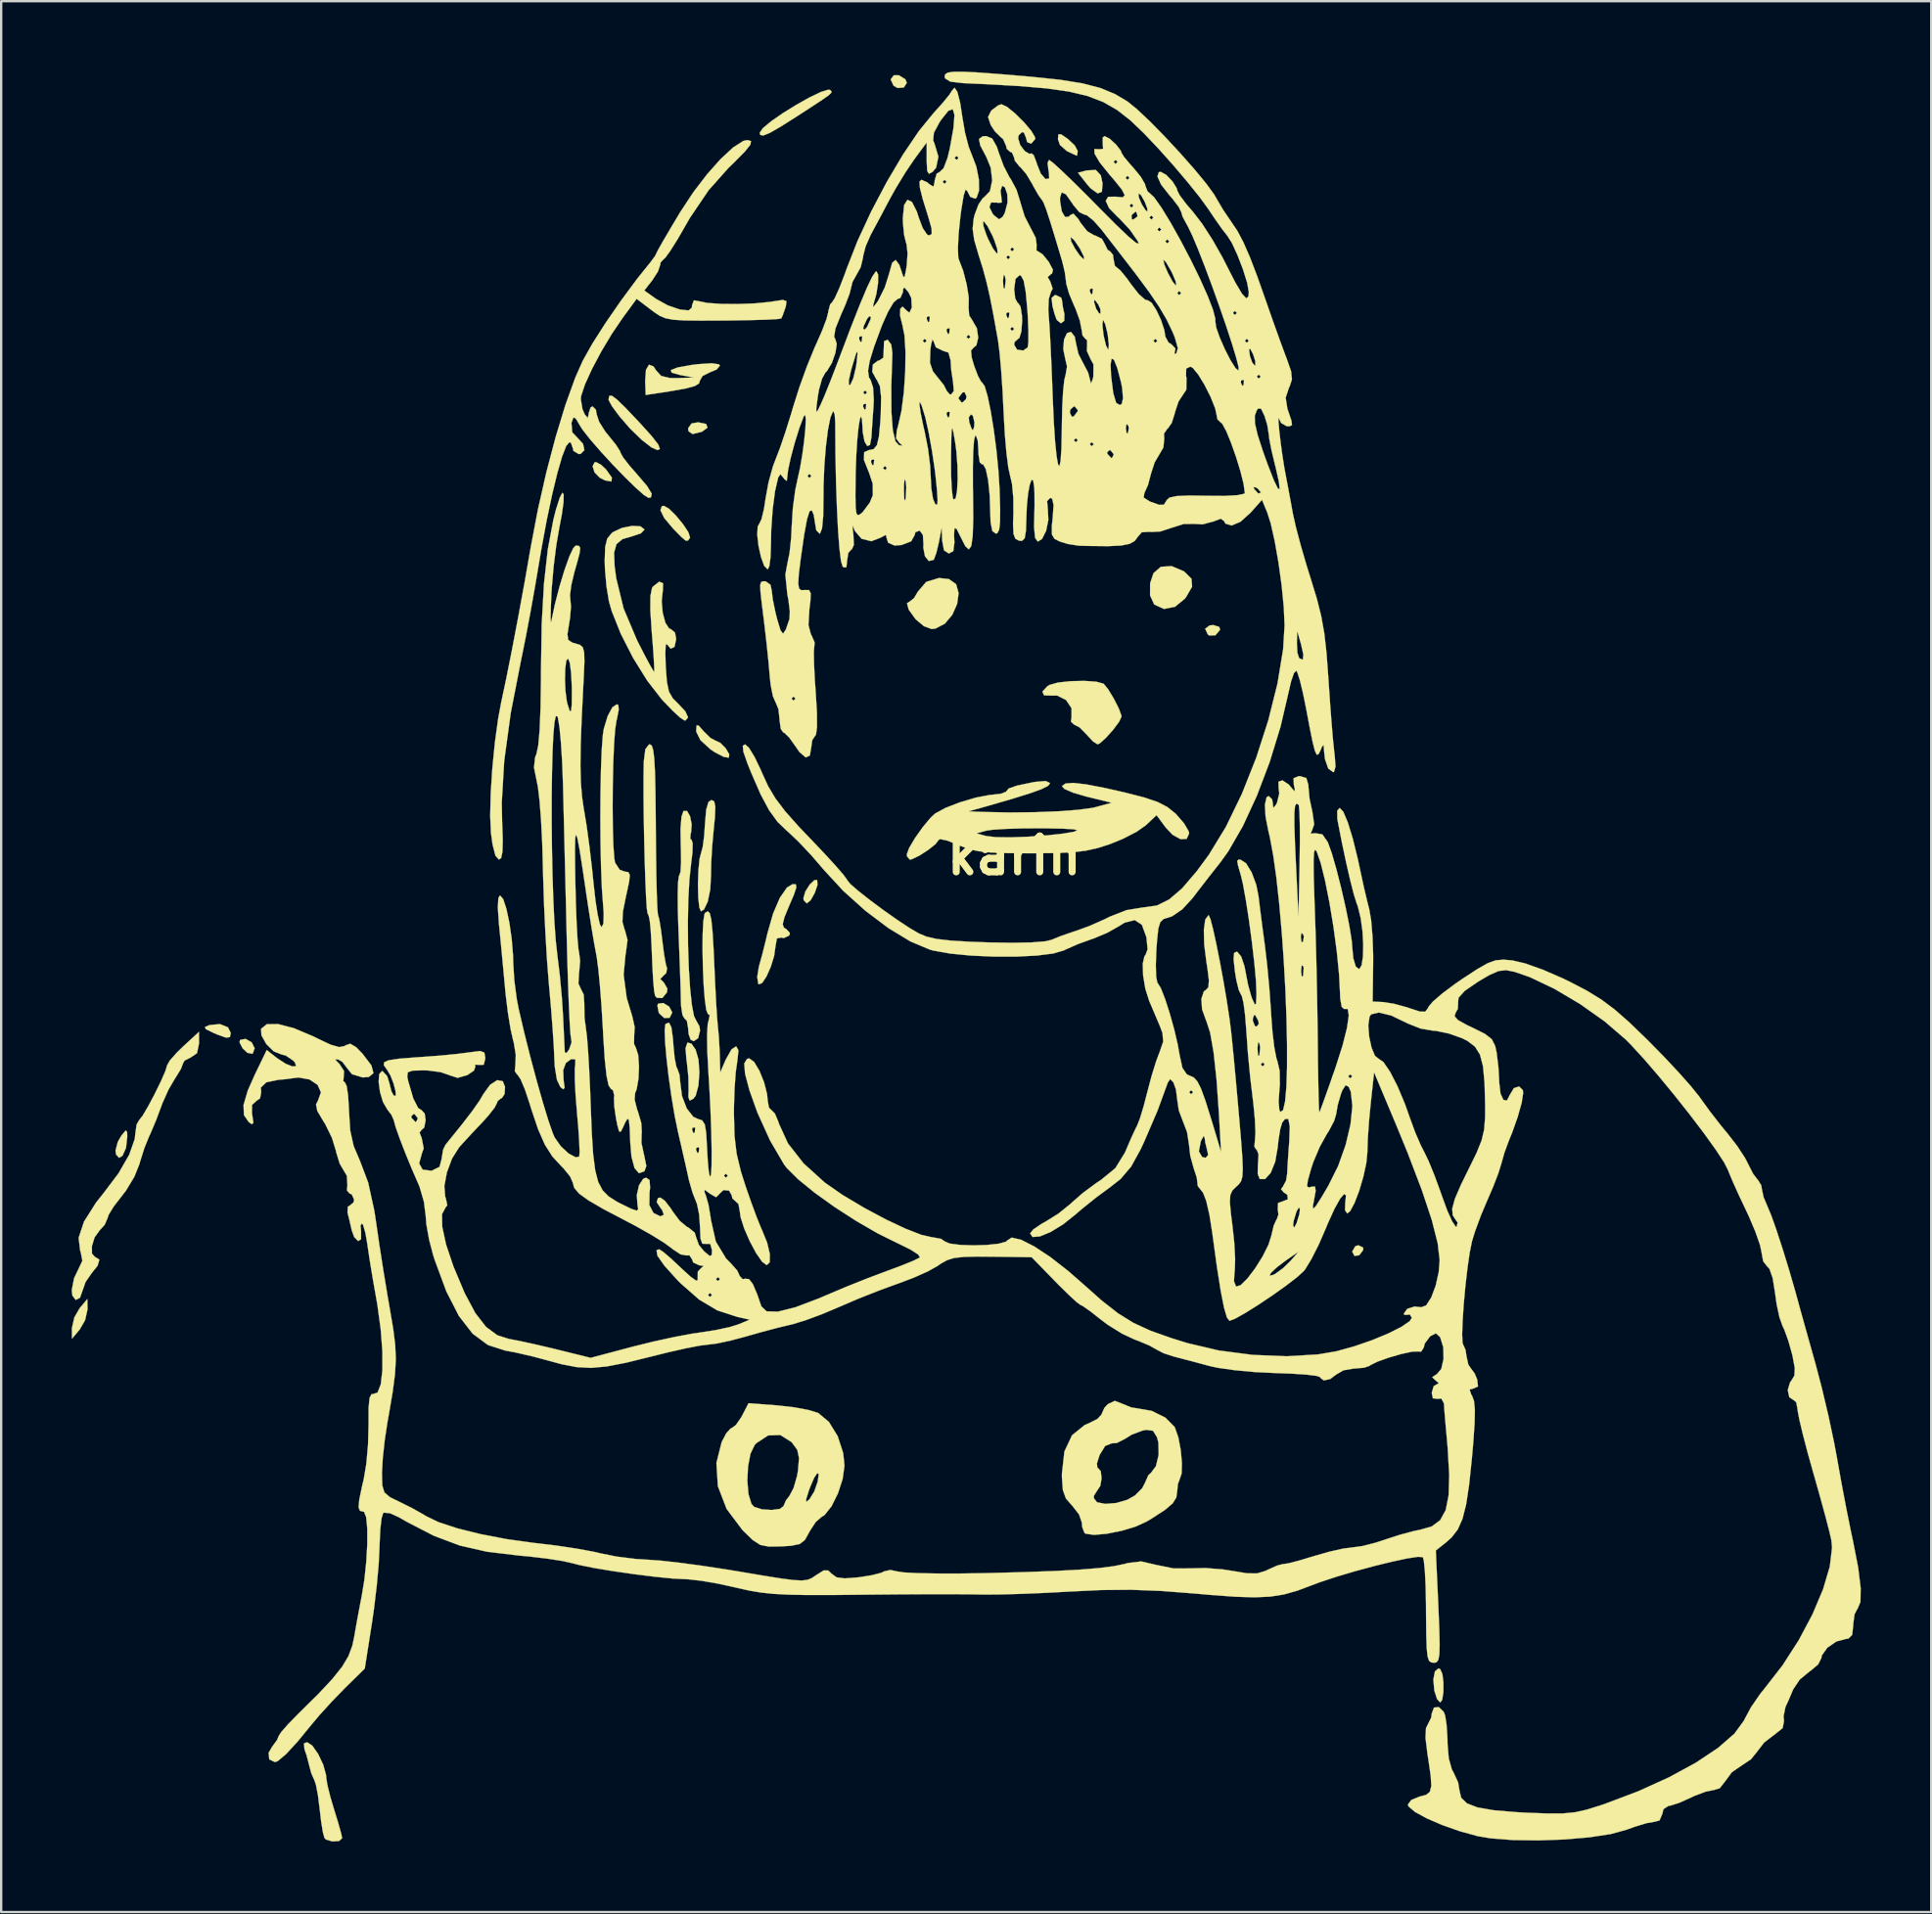
<source format=kicad_pcb>
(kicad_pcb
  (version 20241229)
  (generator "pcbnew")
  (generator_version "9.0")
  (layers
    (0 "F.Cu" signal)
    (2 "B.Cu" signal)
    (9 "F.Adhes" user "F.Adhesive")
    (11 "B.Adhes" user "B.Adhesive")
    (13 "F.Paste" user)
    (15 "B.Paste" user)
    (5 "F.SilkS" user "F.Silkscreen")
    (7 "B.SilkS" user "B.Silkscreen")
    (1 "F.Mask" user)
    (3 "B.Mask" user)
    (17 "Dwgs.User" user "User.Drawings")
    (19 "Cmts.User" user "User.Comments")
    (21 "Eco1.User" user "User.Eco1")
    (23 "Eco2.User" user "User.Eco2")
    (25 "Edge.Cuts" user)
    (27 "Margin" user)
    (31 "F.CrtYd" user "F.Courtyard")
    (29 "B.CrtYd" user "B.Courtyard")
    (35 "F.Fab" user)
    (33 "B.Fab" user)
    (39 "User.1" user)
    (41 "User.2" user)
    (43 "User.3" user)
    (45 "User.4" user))
  (footprint "karin"
    (layer "F.Cu")
    (at 40.137 33.394)
    (property "Reference" "karin" (at 0 0 0) (layer "F.SilkS") (effects (font (size 1.524 1.524) (thickness 0.3))))
    (attr through_hole)
    (fp_poly (pts (xy 14.859 16.693) (xy 14.863 16.796) (xy 14.694 17.019) (xy 14.491 17.048) (xy 14.393 16.863) (xy 14.53 16.63) (xy 14.661 16.595) (xy 14.859 16.693)) (stroke (width 0.01) (type solid)) (fill yes) (layer "F.SilkS"))
    (fp_poly (pts (xy -39.46 19.328) (xy -39.564 19.787) (xy -39.788 20.174) (xy -40.121 20.574) (xy -40.126 20.127) (xy -40.022 19.668) (xy -39.799 19.28) (xy -39.466 18.881) (xy -39.46 19.328)) (stroke (width 0.01) (type solid)) (fill yes) (layer "F.SilkS"))
    (fp_poly (pts (xy -4.635 -33.068) (xy -4.572 -32.916) (xy -4.698 -32.718) (xy -4.965 -32.695) (xy -5.136 -32.794) (xy -5.26 -33.062) (xy -5.126 -33.237) (xy -4.911 -33.238) (xy -4.635 -33.068)) (stroke (width 0.01) (type solid)) (fill yes) (layer "F.SilkS"))
    (fp_poly (pts (xy 8.735 -9.743) (xy 8.767 -9.62) (xy 8.569 -9.386) (xy 8.306 -9.377) (xy 8.244 -9.423) (xy 8.132 -9.665) (xy 8.322 -9.806) (xy 8.481 -9.821) (xy 8.735 -9.743)) (stroke (width 0.01) (type solid)) (fill yes) (layer "F.SilkS"))
    (fp_poly (pts (xy -32.468 7.952) (xy -32.343 8.203) (xy -32.343 8.207) (xy -32.431 8.44) (xy -32.654 8.397) (xy -32.854 8.209) (xy -32.986 7.954) (xy -32.967 7.849) (xy -32.729 7.804) (xy -32.468 7.952)) (stroke (width 0.01) (type solid)) (fill yes) (layer "F.SilkS"))
    (fp_poly (pts (xy -13.121 -18.388) (xy -13.057 -18.23) (xy -13.298 -18.055) (xy -13.307 -18.052) (xy -13.7 -17.957) (xy -13.869 -18.078) (xy -13.885 -18.203) (xy -13.738 -18.408) (xy -13.462 -18.457) (xy -13.121 -18.388)) (stroke (width 0.01) (type solid)) (fill yes) (layer "F.SilkS"))
    (fp_poly (pts (xy 3.689 -28.976) (xy 3.763 -28.632) (xy 3.735 -28.276) (xy 3.555 -28.206) (xy 3.255 -28.422) (xy 3.093 -28.608) (xy 2.715 -29.087) (xy 3.09 -29.185) (xy 3.478 -29.206) (xy 3.689 -28.976)) (stroke (width 0.01) (type solid)) (fill yes) (layer "F.SilkS"))
    (fp_poly (pts (xy -37.774 11.764) (xy -37.767 11.966) (xy -37.821 12.447) (xy -37.969 12.781) (xy -38.118 12.869) (xy -38.245 12.729) (xy -38.269 12.563) (xy -38.17 12.188) (xy -38.021 11.928) (xy -37.835 11.704) (xy -37.774 11.764)) (stroke (width 0.01) (type solid)) (fill yes) (layer "F.SilkS"))
    (fp_poly (pts (xy -33.48 7.31) (xy -33.359 7.553) (xy -33.397 7.729) (xy -33.56 7.752) (xy -33.925 7.623) (xy -34.109 7.543) (xy -34.427 7.387) (xy -34.457 7.294) (xy -34.26 7.214) (xy -33.819 7.174) (xy -33.48 7.31)) (stroke (width 0.01) (type solid)) (fill yes) (layer "F.SilkS"))
    (fp_poly (pts (xy -17.594 -16.651) (xy -17.383 -16.454) (xy -17.131 -16.101) (xy -17.151 -15.934) (xy -17.424 -15.983) (xy -17.653 -16.1) (xy -17.87 -16.324) (xy -17.952 -16.586) (xy -17.868 -16.752) (xy -17.806 -16.764) (xy -17.594 -16.651)) (stroke (width 0.01) (type solid)) (fill yes) (layer "F.SilkS"))
    (fp_poly (pts (xy -14.691 6.43) (xy -14.563 6.671) (xy -14.563 6.683) (xy -14.671 6.904) (xy -14.901 6.915) (xy -15.115 6.722) (xy -15.141 6.664) (xy -15.193 6.386) (xy -15.167 6.305) (xy -14.944 6.275) (xy -14.691 6.43)) (stroke (width 0.01) (type solid)) (fill yes) (layer "F.SilkS"))
    (fp_poly (pts (xy -8.376 1.249) (xy -8.491 1.587) (xy -8.667 1.899) (xy -8.833 2.032) (xy -8.963 1.897) (xy -8.975 1.81) (xy -8.893 1.526) (xy -8.706 1.23) (xy -8.503 1.04) (xy -8.39 1.037) (xy -8.376 1.249)) (stroke (width 0.01) (type solid)) (fill yes) (layer "F.SilkS"))
    (fp_poly (pts (xy 2 -30.722) (xy 2.281 -30.53) (xy 2.58 -30.25) (xy 2.704 -30.014) (xy 2.682 -29.825) (xy 2.667 -29.814) (xy 2.501 -29.887) (xy 2.244 -30.009) (xy 1.95 -30.268) (xy 1.863 -30.514) (xy 1.882 -30.723) (xy 2 -30.722)) (stroke (width 0.01) (type solid)) (fill yes) (layer "F.SilkS"))
    (fp_poly (pts (xy 2.003 -23.763) (xy 2.034 -23.664) (xy 2.078 -23.338) (xy 2.139 -23.072) (xy 2.133 -22.782) (xy 1.99 -22.673) (xy 1.811 -22.818) (xy 1.723 -23.063) (xy 1.629 -23.41) (xy 1.592 -23.757) (xy 1.73 -23.874) (xy 1.775 -23.876) (xy 2.003 -23.763)) (stroke (width 0.01) (type solid)) (fill yes) (layer "F.SilkS"))
    (fp_poly (pts (xy 18.136 34.64) (xy 18.233 34.845) (xy 18.28 35.221) (xy 18.277 35.638) (xy 18.224 35.963) (xy 18.14 36.068) (xy 18.007 35.922) (xy 17.892 35.569) (xy 17.89 35.562) (xy 17.85 35.089) (xy 17.916 34.745) (xy 18.065 34.615) (xy 18.136 34.64)) (stroke (width 0.01) (type solid)) (fill yes) (layer "F.SilkS"))
    (fp_poly (pts (xy -14.705 -14.782) (xy -14.406 -14.488) (xy -14.102 -14.12) (xy -13.873 -13.775) (xy -13.801 -13.551) (xy -13.807 -13.537) (xy -13.891 -13.419) (xy -13.992 -13.42) (xy -14.182 -13.581) (xy -14.529 -13.936) (xy -14.902 -14.381) (xy -15.065 -14.714) (xy -15.002 -14.887) (xy -14.919 -14.901) (xy -14.705 -14.782)) (stroke (width 0.01) (type solid)) (fill yes) (layer "F.SilkS"))
    (fp_poly (pts (xy -13.743 8.006) (xy -13.567 8.26) (xy -13.444 8.681) (xy -13.405 9.235) (xy -13.446 9.79) (xy -13.56 10.216) (xy -13.653 10.347) (xy -13.815 10.435) (xy -13.873 10.288) (xy -13.865 9.975) (xy -13.874 9.42) (xy -13.94 8.79) (xy -13.958 8.678) (xy -13.994 8.194) (xy -13.913 7.96) (xy -13.743 8.006)) (stroke (width 0.01) (type solid)) (fill yes) (layer "F.SilkS"))
    (fp_poly (pts (xy -13.434 -5.538) (xy -13.218 -5.292) (xy -12.939 -5.017) (xy -12.741 -4.911) (xy -12.514 -4.805) (xy -12.279 -4.567) (xy -12.132 -4.315) (xy -12.152 -4.173) (xy -12.369 -4.207) (xy -12.74 -4.399) (xy -12.925 -4.522) (xy -13.359 -4.917) (xy -13.539 -5.28) (xy -13.541 -5.319) (xy -13.524 -5.553) (xy -13.434 -5.538)) (stroke (width 0.01) (type solid)) (fill yes) (layer "F.SilkS"))
    (fp_poly (pts (xy 7.22 -12.114) (xy 7.244 -12.098) (xy 7.551 -11.793) (xy 7.576 -11.456) (xy 7.321 -11.013) (xy 7.269 -10.945) (xy 6.846 -10.599) (xy 6.379 -10.508) (xy 5.972 -10.691) (xy 5.961 -10.702) (xy 5.786 -11.084) (xy 5.788 -11.602) (xy 5.933 -12.034) (xy 6.246 -12.304) (xy 6.707 -12.332) (xy 7.22 -12.114)) (stroke (width 0.01) (type solid)) (fill yes) (layer "F.SilkS"))
    (fp_poly (pts (xy -16.91 -19.424) (xy -16.535 -19.059) (xy -15.975 -18.467) (xy -15.926 -18.415) (xy -15.427 -17.861) (xy -15.154 -17.507) (xy -15.086 -17.321) (xy -15.187 -17.272) (xy -15.452 -17.391) (xy -15.855 -17.705) (xy -16.317 -18.151) (xy -16.392 -18.231) (xy -16.814 -18.72) (xy -17.125 -19.138) (xy -17.269 -19.405) (xy -17.272 -19.43) (xy -17.244 -19.584) (xy -17.135 -19.591) (xy -16.91 -19.424)) (stroke (width 0.01) (type solid)) (fill yes) (layer "F.SilkS"))
    (fp_poly (pts (xy -2.782 -11.781) (xy -2.474 -11.565) (xy -2.366 -11.183) (xy -2.429 -10.72) (xy -2.635 -10.257) (xy -2.953 -9.879) (xy -3.356 -9.67) (xy -3.518 -9.652) (xy -3.843 -9.773) (xy -4.192 -10.065) (xy -4.203 -10.077) (xy -4.493 -10.48) (xy -4.564 -10.751) (xy -4.43 -10.837) (xy -4.262 -10.974) (xy -4.102 -11.246) (xy -3.744 -11.662) (xy -3.204 -11.826) (xy -2.782 -11.781)) (stroke (width 0.01) (type solid)) (fill yes) (layer "F.SilkS"))
    (fp_poly (pts (xy -7.829 -32.608) (xy -7.78 -32.553) (xy -7.788 -32.491) (xy -7.902 -32.384) (xy -8.167 -32.197) (xy -8.63 -31.892) (xy -9.208 -31.516) (xy -9.921 -31.063) (xy -10.399 -30.787) (xy -10.683 -30.671) (xy -10.814 -30.697) (xy -10.837 -30.79) (xy -10.702 -30.986) (xy -10.348 -31.28) (xy -9.849 -31.626) (xy -9.28 -31.979) (xy -8.718 -32.294) (xy -8.237 -32.524) (xy -7.913 -32.625) (xy -7.829 -32.608)) (stroke (width 0.01) (type solid)) (fill yes) (layer "F.SilkS"))
    (fp_poly (pts (xy -12.773 -2.31) (xy -12.726 -2.085) (xy -12.744 -1.634) (xy -12.793 -1.143) (xy -12.86 -0.405) (xy -12.902 0.316) (xy -12.91 0.822) (xy -12.941 1.434) (xy -13.048 1.954) (xy -13.208 2.292) (xy -13.337 2.371) (xy -13.405 2.216) (xy -13.452 1.81) (xy -13.467 1.24) (xy -13.467 1.228) (xy -13.446 0.618) (xy -13.398 0.136) (xy -13.336 -0.107) (xy -13.263 -0.37) (xy -13.2 -0.855) (xy -13.168 -1.335) (xy -13.115 -1.959) (xy -13.017 -2.289) (xy -12.89 -2.371) (xy -12.773 -2.31)) (stroke (width 0.01) (type solid)) (fill yes) (layer "F.SilkS"))
    (fp_poly (pts (xy -29.887 37.905) (xy -29.639 38.261) (xy -29.424 38.715) (xy -29.303 39.151) (xy -29.295 39.269) (xy -29.245 39.587) (xy -29.115 40.106) (xy -28.956 40.64) (xy -28.782 41.205) (xy -28.66 41.642) (xy -28.617 41.847) (xy -28.75 41.968) (xy -29.036 41.986) (xy -29.303 41.905) (xy -29.37 41.84) (xy -29.436 41.6) (xy -29.512 41.131) (xy -29.573 40.612) (xy -29.647 40.026) (xy -29.733 39.573) (xy -29.803 39.37) (xy -29.931 39.082) (xy -30.012 38.777) (xy -30.13 38.323) (xy -30.222 38.058) (xy -30.244 37.81) (xy -30.106 37.761) (xy -29.887 37.905)) (stroke (width 0.01) (type solid)) (fill yes) (layer "F.SilkS"))
    (fp_poly (pts (xy -12.571 -20.926) (xy -12.531 -20.87) (xy -12.674 -20.703) (xy -12.954 -20.589) (xy -13.272 -20.428) (xy -13.377 -20.246) (xy -13.424 -20.109) (xy -13.604 -20) (xy -13.974 -19.9) (xy -14.595 -19.789) (xy -15.001 -19.726) (xy -15.692 -19.622) (xy -15.715 -20.218) (xy -15.679 -20.695) (xy -15.55 -20.911) (xy -15.36 -20.838) (xy -15.243 -20.663) (xy -15.032 -20.433) (xy -14.665 -20.345) (xy -14.345 -20.342) (xy -13.631 -20.365) (xy -14.224 -20.47) (xy -14.586 -20.571) (xy -14.62 -20.681) (xy -14.336 -20.792) (xy -13.745 -20.899) (xy -13.485 -20.932) (xy -12.883 -20.973) (xy -12.571 -20.926)) (stroke (width 0.01) (type solid)) (fill yes) (layer "F.SilkS"))
    (fp_poly (pts (xy -9.298 1.22) (xy -9.275 1.352) (xy -9.385 1.676) (xy -9.563 2.09) (xy -9.782 2.617) (xy -9.858 2.918) (xy -9.804 3.069) (xy -9.717 3.117) (xy -9.552 3.29) (xy -9.574 3.397) (xy -9.806 3.509) (xy -9.923 3.488) (xy -10.105 3.528) (xy -10.164 3.858) (xy -10.222 4.273) (xy -10.363 4.73) (xy -10.545 5.142) (xy -10.73 5.421) (xy -10.876 5.481) (xy -10.9 5.454) (xy -10.942 5.161) (xy -10.872 4.73) (xy -10.863 4.698) (xy -10.724 4.194) (xy -10.566 3.562) (xy -10.505 3.302) (xy -10.266 2.465) (xy -9.98 1.798) (xy -9.678 1.361) (xy -9.445 1.216) (xy -9.298 1.22)) (stroke (width 0.01) (type solid)) (fill yes) (layer "F.SilkS"))
    (fp_poly (pts (xy 3.497 -7.409) (xy 3.805 -7.325) (xy 3.81 -7.321) (xy 3.999 -7.091) (xy 4.239 -6.696) (xy 4.453 -6.274) (xy 4.568 -5.964) (xy 4.572 -5.926) (xy 4.468 -5.702) (xy 4.217 -5.365) (xy 3.913 -5.024) (xy 3.651 -4.787) (xy 3.553 -4.741) (xy 3.36 -4.862) (xy 3.088 -5.153) (xy 3.078 -5.165) (xy 2.786 -5.461) (xy 2.543 -5.588) (xy 2.54 -5.588) (xy 2.413 -5.71) (xy 2.441 -5.866) (xy 2.444 -6.276) (xy 2.208 -6.63) (xy 1.83 -6.819) (xy 1.619 -6.817) (xy 1.275 -6.827) (xy 1.2 -6.986) (xy 1.413 -7.216) (xy 1.513 -7.275) (xy 1.868 -7.374) (xy 2.402 -7.431) (xy 2.987 -7.444) (xy 3.497 -7.409)) (stroke (width 0.01) (type solid)) (fill yes) (layer "F.SilkS"))
    (fp_poly (pts (xy -13.802 -1.679) (xy -13.733 -1.338) (xy -13.758 -0.992) (xy -13.777 -0.932) (xy -13.794 -0.713) (xy -13.739 -0.677) (xy -13.69 -0.526) (xy -13.7 -0.134) (xy -13.752 0.296) (xy -13.829 1.007) (xy -13.876 1.873) (xy -13.895 2.831) (xy -13.888 3.82) (xy -13.856 4.777) (xy -13.801 5.639) (xy -13.727 6.346) (xy -13.634 6.833) (xy -13.533 7.036) (xy -13.401 7.267) (xy -13.377 7.451) (xy -13.458 7.773) (xy -13.643 7.902) (xy -13.777 7.841) (xy -13.862 7.603) (xy -13.885 7.338) (xy -13.939 7.033) (xy -14.033 6.943) (xy -14.126 6.792) (xy -14.183 6.412) (xy -14.191 6.223) (xy -14.201 5.783) (xy -14.223 5.094) (xy -14.254 4.244) (xy -14.29 3.323) (xy -14.296 3.175) (xy -14.322 2.332) (xy -14.327 1.625) (xy -14.312 1.115) (xy -14.277 0.863) (xy -14.263 0.847) (xy -14.209 0.691) (xy -14.184 0.28) (xy -14.192 -0.304) (xy -14.198 -0.438) (xy -14.209 -1.147) (xy -14.166 -1.661) (xy -14.083 -1.902) (xy -13.931 -1.904) (xy -13.802 -1.679)) (stroke (width 0.01) (type solid)) (fill yes) (layer "F.SilkS"))
    (fp_poly (pts (xy -15.433 -4.687) (xy -15.372 -4.498) (xy -15.327 -4.136) (xy -15.296 -3.563) (xy -15.276 -2.741) (xy -15.264 -1.631) (xy -15.261 -1.172) (xy -15.252 -0.104) (xy -15.238 0.848) (xy -15.219 1.633) (xy -15.197 2.199) (xy -15.174 2.494) (xy -15.166 2.523) (xy -15.107 2.748) (xy -15.035 3.201) (xy -14.98 3.651) (xy -14.907 4.212) (xy -14.831 4.637) (xy -14.78 4.8) (xy -14.818 5.004) (xy -14.922 5.099) (xy -15.07 5.252) (xy -14.919 5.402) (xy -14.767 5.666) (xy -14.787 5.825) (xy -14.984 6.065) (xy -15.216 6.056) (xy -15.292 5.969) (xy -15.334 5.747) (xy -15.375 5.285) (xy -15.407 4.681) (xy -15.408 4.657) (xy -15.444 3.777) (xy -15.478 3.174) (xy -15.516 2.789) (xy -15.564 2.559) (xy -15.614 2.447) (xy -15.645 2.237) (xy -15.676 1.753) (xy -15.706 1.058) (xy -15.734 0.214) (xy -15.757 -0.713) (xy -15.774 -1.661) (xy -15.783 -2.565) (xy -15.783 -3.362) (xy -15.773 -3.989) (xy -15.772 -4.022) (xy -15.706 -4.535) (xy -15.55 -4.737) (xy -15.513 -4.741) (xy -15.433 -4.687)) (stroke (width 0.01) (type solid)) (fill yes) (layer "F.SilkS"))
    (fp_poly (pts (xy -34.713 8.001) (xy -34.798 8.413) (xy -35.052 8.587) (xy -35.327 8.728) (xy -35.391 8.841) (xy -35.481 9.081) (xy -35.703 9.445) (xy -35.733 9.488) (xy -36.01 9.963) (xy -36.272 10.548) (xy -36.328 10.699) (xy -36.546 11.283) (xy -36.776 11.826) (xy -36.83 11.938) (xy -37.038 12.451) (xy -37.226 13.046) (xy -37.248 13.132) (xy -37.465 13.674) (xy -37.82 14.264) (xy -38.013 14.514) (xy -38.347 14.945) (xy -38.563 15.301) (xy -38.608 15.441) (xy -38.727 15.718) (xy -38.947 15.963) (xy -39.159 16.258) (xy -39.273 16.628) (xy -39.271 16.949) (xy -39.136 17.101) (xy -39.116 17.103) (xy -38.956 17.205) (xy -39.031 17.466) (xy -39.272 17.766) (xy -39.543 18.157) (xy -39.653 18.473) (xy -39.781 18.831) (xy -39.962 18.922) (xy -40.104 18.741) (xy -40.132 18.509) (xy -40.033 17.997) (xy -39.858 17.633) (xy -39.679 17.255) (xy -39.751 16.876) (xy -39.773 16.827) (xy -39.839 16.278) (xy -39.61 15.587) (xy -39.093 14.769) (xy -38.787 14.385) (xy -38.142 13.531) (xy -37.685 12.739) (xy -37.449 12.067) (xy -37.423 11.824) (xy -37.37 11.45) (xy -37.265 11.268) (xy -37.113 11.073) (xy -36.875 10.668) (xy -36.601 10.151) (xy -36.341 9.622) (xy -36.147 9.18) (xy -36.068 8.924) (xy -36.068 8.922) (xy -35.953 8.721) (xy -35.656 8.386) (xy -35.391 8.128) (xy -34.713 7.503) (xy -34.713 8.001)) (stroke (width 0.01) (type solid)) (fill yes) (layer "F.SilkS"))
    (fp_poly (pts (xy -15.917 -14.027) (xy -15.75 -13.902) (xy -15.748 -13.881) (xy -15.894 -13.73) (xy -16.247 -13.608) (xy -16.252 -13.607) (xy -16.683 -13.48) (xy -16.936 -13.268) (xy -17.038 -12.902) (xy -17.014 -12.317) (xy -16.947 -11.819) (xy -16.633 -10.531) (xy -16.063 -9.182) (xy -15.755 -8.578) (xy -15.508 -8.115) (xy -15.357 -7.858) (xy -15.328 -7.827) (xy -15.327 -8.005) (xy -15.351 -8.445) (xy -15.396 -9.074) (xy -15.435 -9.551) (xy -15.494 -10.456) (xy -15.49 -11.061) (xy -15.422 -11.4) (xy -15.387 -11.456) (xy -15.116 -11.67) (xy -14.953 -11.6) (xy -14.961 -11.303) (xy -15.011 -10.847) (xy -14.967 -10.347) (xy -14.853 -9.919) (xy -14.692 -9.673) (xy -14.626 -9.652) (xy -14.445 -9.505) (xy -14.393 -9.229) (xy -14.464 -8.893) (xy -14.627 -8.815) (xy -14.8 -9.017) (xy -14.839 -8.971) (xy -14.854 -8.653) (xy -14.841 -8.13) (xy -14.838 -8.055) (xy -14.789 -7.403) (xy -14.701 -6.986) (xy -14.539 -6.701) (xy -14.333 -6.497) (xy -14.006 -6.152) (xy -13.885 -5.885) (xy -13.997 -5.76) (xy -14.038 -5.757) (xy -14.219 -5.874) (xy -14.553 -6.183) (xy -14.971 -6.618) (xy -15.011 -6.662) (xy -15.623 -7.449) (xy -16.225 -8.417) (xy -16.751 -9.446) (xy -17.138 -10.416) (xy -17.26 -10.847) (xy -17.362 -11.471) (xy -17.426 -12.208) (xy -17.437 -12.563) (xy -17.417 -13.149) (xy -17.33 -13.503) (xy -17.142 -13.733) (xy -17.065 -13.791) (xy -16.692 -13.964) (xy -16.27 -14.045) (xy -15.917 -14.027)) (stroke (width 0.01) (type solid)) (fill yes) (layer "F.SilkS"))
    (fp_poly (pts (xy -10.068 23.416) (xy -9.38 23.494) (xy -8.764 23.608) (xy -8.353 23.733) (xy -8.349 23.735) (xy -7.892 24.114) (xy -7.517 24.721) (xy -7.281 25.448) (xy -7.226 25.98) (xy -7.305 26.55) (xy -7.505 27.164) (xy -7.778 27.712) (xy -8.074 28.085) (xy -8.206 28.168) (xy -8.45 28.38) (xy -8.703 28.766) (xy -8.732 28.824) (xy -8.913 29.147) (xy -9.132 29.318) (xy -9.499 29.394) (xy -9.925 29.42) (xy -10.454 29.428) (xy -10.812 29.357) (xy -11.129 29.153) (xy -11.536 28.759) (xy -11.575 28.718) (xy -12.245 27.825) (xy -12.617 26.858) (xy -12.632 26.628) (xy -11.363 26.628) (xy -11.315 27.194) (xy -11.188 27.607) (xy -11.073 27.737) (xy -10.734 27.842) (xy -10.324 27.868) (xy -9.976 27.821) (xy -9.822 27.705) (xy -9.822 27.699) (xy -9.719 27.46) (xy -9.682 27.413) (xy -8.859 27.413) (xy -8.851 27.521) (xy -8.72 27.415) (xy -8.513 27.08) (xy -8.369 26.67) (xy -8.322 26.345) (xy -8.382 26.297) (xy -8.516 26.494) (xy -8.693 26.904) (xy -8.741 27.037) (xy -8.859 27.413) (xy -9.682 27.413) (xy -9.568 27.264) (xy -9.393 26.931) (xy -9.246 26.419) (xy -9.206 26.186) (xy -9.162 25.656) (xy -9.236 25.309) (xy -9.462 24.999) (xy -9.485 24.974) (xy -9.959 24.676) (xy -10.478 24.694) (xy -10.98 25.023) (xy -11.049 25.098) (xy -11.229 25.47) (xy -11.334 26.017) (xy -11.363 26.628) (xy -12.632 26.628) (xy -12.68 25.865) (xy -12.455 24.971) (xy -12.254 24.59) (xy -12.068 24.392) (xy -12.036 24.384) (xy -11.85 24.248) (xy -11.62 23.914) (xy -11.587 23.853) (xy -11.313 23.322) (xy -10.068 23.416)) (stroke (width 0.01) (type solid)) (fill yes) (layer "F.SilkS"))
    (fp_poly (pts (xy 4.583 23.336) (xy 4.989 23.502) (xy 5.222 23.537) (xy 5.859 23.648) (xy 6.439 23.935) (xy 6.829 24.33) (xy 6.848 24.365) (xy 6.99 24.776) (xy 7.093 25.318) (xy 7.143 25.871) (xy 7.131 26.317) (xy 7.061 26.523) (xy 6.97 26.769) (xy 6.943 27.061) (xy 6.904 27.338) (xy 6.749 27.587) (xy 6.423 27.864) (xy 5.87 28.224) (xy 5.648 28.358) (xy 5.166 28.578) (xy 4.564 28.758) (xy 3.942 28.882) (xy 3.403 28.929) (xy 3.049 28.881) (xy 2.993 28.845) (xy 2.897 28.596) (xy 2.879 28.397) (xy 2.76 28.057) (xy 2.474 27.689) (xy 2.455 27.671) (xy 2.201 27.377) (xy 2.194 27.357) (xy 3.387 27.357) (xy 3.528 27.54) (xy 3.883 27.609) (xy 4.349 27.571) (xy 4.823 27.432) (xy 5.142 27.25) (xy 5.449 26.945) (xy 5.587 26.679) (xy 5.588 26.666) (xy 5.718 26.38) (xy 5.817 26.297) (xy 6.035 26.003) (xy 6.152 25.523) (xy 6.142 25.003) (xy 6.082 24.77) (xy 5.911 24.495) (xy 5.623 24.456) (xy 5.464 24.488) (xy 5.008 24.658) (xy 4.716 24.841) (xy 4.367 25.017) (xy 4.154 25.03) (xy 3.873 25.142) (xy 3.637 25.527) (xy 3.524 25.886) (xy 3.542 26.071) (xy 3.564 26.077) (xy 3.687 26.214) (xy 3.721 26.522) (xy 3.667 26.843) (xy 3.556 27.009) (xy 3.4 27.254) (xy 3.387 27.357) (xy 2.194 27.357) (xy 2.074 27.023) (xy 2.033 26.486) (xy 2.032 26.323) (xy 2.139 25.376) (xy 2.462 24.687) (xy 3.004 24.248) (xy 3.171 24.178) (xy 3.542 23.992) (xy 3.722 23.801) (xy 3.725 23.778) (xy 3.844 23.515) (xy 3.993 23.357) (xy 4.285 23.221) (xy 4.583 23.336)) (stroke (width 0.01) (type solid)) (fill yes) (layer "F.SilkS"))
    (fp_poly (pts (xy 1.522 -3.096) (xy 1.524 -3.079) (xy 1.444 -2.974) (xy 1.179 -2.839) (xy 0.696 -2.663) (xy -0.043 -2.432) (xy -1.072 -2.133) (xy -1.185 -2.101) (xy -1.947 -1.886) (xy -1.185 -1.858) (xy -0.155 -1.839) (xy 0.892 -1.851) (xy 1.875 -1.89) (xy 2.712 -1.952) (xy 3.322 -2.034) (xy 3.471 -2.068) (xy 4.149 -2.253) (xy 3.048 -2.524) (xy 2.508 -2.682) (xy 2.143 -2.839) (xy 2.031 -2.962) (xy 2.032 -2.963) (xy 2.186 -3.074) (xy 2.52 -3.099) (xy 3.073 -3.036) (xy 3.883 -2.879) (xy 4.699 -2.694) (xy 5.53 -2.482) (xy 6.111 -2.286) (xy 6.528 -2.069) (xy 6.866 -1.796) (xy 6.9 -1.762) (xy 7.234 -1.377) (xy 7.43 -1.043) (xy 7.451 -0.948) (xy 7.345 -0.714) (xy 7.083 -0.702) (xy 6.743 -0.891) (xy 6.45 -1.201) (xy 6.063 -1.725) (xy 5.614 -1.299) (xy 5.217 -1.02) (xy 4.631 -0.717) (xy 4.064 -0.486) (xy 3.546 -0.321) (xy 3.043 -0.21) (xy 2.469 -0.143) (xy 1.737 -0.11) (xy 0.759 -0.101) (xy 0.677 -0.101) (xy -0.293 -0.108) (xy -1.001 -0.135) (xy -1.522 -0.19) (xy -1.932 -0.282) (xy -2.307 -0.421) (xy -2.413 -0.468) (xy -2.86 -0.644) (xy -3.152 -0.704) (xy -3.217 -0.669) (xy -3.348 -0.493) (xy -3.661 -0.244) (xy -4.036 -0.002) (xy -4.355 0.151) (xy -4.445 0.169) (xy -4.561 0.033) (xy -4.572 -0.059) (xy -4.472 -0.331) (xy -4.223 -0.751) (xy -4.081 -0.95) (xy -1.609 -0.95) (xy -1.185 -0.835) (xy -0.785 -0.789) (xy -0.152 -0.781) (xy 0.609 -0.808) (xy 1.396 -0.864) (xy 2.106 -0.943) (xy 2.54 -1.019) (xy 2.693 -1.078) (xy 2.541 -1.122) (xy 2.073 -1.15) (xy 1.278 -1.165) (xy 1.185 -1.166) (xy 0.365 -1.162) (xy -0.366 -1.14) (xy -0.92 -1.104) (xy -1.185 -1.066) (xy -1.609 -0.95) (xy -4.081 -0.95) (xy -3.896 -1.212) (xy -3.567 -1.608) (xy -3.373 -1.791) (xy -2.939 -2.029) (xy -2.312 -2.272) (xy -1.632 -2.473) (xy -1.04 -2.586) (xy -0.938 -2.594) (xy -0.544 -2.643) (xy -0.345 -2.724) (xy -0.339 -2.74) (xy -0.229 -2.864) (xy 0.129 -2.986) (xy 0.777 -3.122) (xy 0.889 -3.142) (xy 1.339 -3.18) (xy 1.522 -3.096)) (stroke (width 0.01) (type solid)) (fill yes) (layer "F.SilkS"))
    (fp_poly (pts (xy -11.207 -30.436) (xy -11.234 -30.282) (xy -11.469 -29.987) (xy -11.933 -29.517) (xy -12.163 -29.296) (xy -13.013 -28.34) (xy -13.81 -27.162) (xy -13.972 -26.879) (xy -14.332 -26.255) (xy -14.642 -25.762) (xy -14.86 -25.462) (xy -14.933 -25.4) (xy -15.058 -25.264) (xy -15.071 -25.169) (xy -15.169 -24.882) (xy -15.406 -24.512) (xy -15.411 -24.505) (xy -15.752 -24.071) (xy -15.256 -23.718) (xy -14.753 -23.439) (xy -14.239 -23.261) (xy -14.238 -23.261) (xy -13.869 -23.223) (xy -13.728 -23.335) (xy -13.716 -23.45) (xy -13.639 -23.653) (xy -13.42 -23.614) (xy -13.063 -23.541) (xy -12.477 -23.501) (xy -11.769 -23.495) (xy -11.046 -23.522) (xy -10.417 -23.583) (xy -10.247 -23.61) (xy -9.845 -23.671) (xy -9.696 -23.617) (xy -9.722 -23.406) (xy -9.743 -23.336) (xy -9.859 -23.008) (xy -9.924 -22.877) (xy -10.106 -22.852) (xy -10.565 -22.828) (xy -11.238 -22.809) (xy -12.065 -22.795) (xy -12.413 -22.792) (xy -13.367 -22.788) (xy -14.047 -22.796) (xy -14.518 -22.826) (xy -14.846 -22.888) (xy -15.094 -22.992) (xy -15.329 -23.148) (xy -15.459 -23.246) (xy -16.076 -23.716) (xy -16.67 -22.907) (xy -17.135 -22.222) (xy -17.584 -21.471) (xy -17.977 -20.73) (xy -18.275 -20.078) (xy -18.437 -19.592) (xy -18.455 -19.449) (xy -18.384 -19.02) (xy -18.288 -18.796) (xy -18.157 -18.64) (xy -18.122 -18.8) (xy -18.121 -18.838) (xy -18.039 -19.09) (xy -17.949 -19.135) (xy -17.811 -18.993) (xy -17.78 -18.802) (xy -17.673 -18.476) (xy -17.404 -18.052) (xy -17.272 -17.891) (xy -16.966 -17.512) (xy -16.785 -17.231) (xy -16.764 -17.165) (xy -16.658 -16.97) (xy -16.383 -16.616) (xy -16.087 -16.277) (xy -15.634 -15.746) (xy -15.432 -15.413) (xy -15.469 -15.258) (xy -15.571 -15.24) (xy -15.765 -15.359) (xy -16.122 -15.675) (xy -16.586 -16.129) (xy -17.1 -16.661) (xy -17.606 -17.212) (xy -18.048 -17.721) (xy -18.37 -18.128) (xy -18.479 -18.297) (xy -18.669 -18.619) (xy -18.769 -18.665) (xy -18.845 -18.457) (xy -18.853 -18.428) (xy -18.818 -18.031) (xy -18.619 -17.823) (xy -18.359 -17.542) (xy -18.302 -17.269) (xy -18.459 -17.112) (xy -18.542 -17.103) (xy -18.766 -17.238) (xy -18.796 -17.357) (xy -18.874 -17.582) (xy -18.939 -17.611) (xy -19.076 -17.45) (xy -19.251 -16.998) (xy -19.454 -16.295) (xy -19.674 -15.386) (xy -19.901 -14.313) (xy -20.123 -13.118) (xy -20.223 -12.531) (xy -20.402 -11.472) (xy -20.596 -10.385) (xy -20.785 -9.381) (xy -20.948 -8.569) (xy -20.988 -8.382) (xy -21.438 -6.077) (xy -21.716 -4.034) (xy -21.82 -2.264) (xy -21.806 -1.484) (xy -21.778 -0.684) (xy -21.79 -0.173) (xy -21.845 0.095) (xy -21.941 0.169) (xy -22.089 0.003) (xy -22.214 -0.485) (xy -22.281 -0.974) (xy -22.313 -1.694) (xy -22.291 -2.644) (xy -22.222 -3.718) (xy -22.114 -4.813) (xy -21.976 -5.826) (xy -21.847 -6.519) (xy -21.631 -7.537) (xy -21.381 -8.794) (xy -21.114 -10.195) (xy -20.848 -11.645) (xy -20.602 -13.049) (xy -20.589 -13.123) (xy -20.285 -14.724) (xy -19.925 -16.315) (xy -19.527 -17.828) (xy -19.111 -19.195) (xy -18.695 -20.348) (xy -18.37 -21.082) (xy -17.961 -21.81) (xy -17.394 -22.699) (xy -16.733 -23.655) (xy -16.043 -24.586) (xy -15.49 -25.275) (xy -15.294 -25.538) (xy -15.24 -25.648) (xy -15.158 -25.814) (xy -14.934 -26.209) (xy -14.602 -26.773) (xy -14.22 -27.412) (xy -13.668 -28.25) (xy -13.078 -29.022) (xy -12.495 -29.677) (xy -11.966 -30.166) (xy -11.536 -30.44) (xy -11.364 -30.48) (xy -11.207 -30.436)) (stroke (width 0.01) (type solid)) (fill yes) (layer "F.SilkS"))
    (fp_poly (pts (xy -2.418 -32.53) (xy -2.299 -32.059) (xy -2.207 -31.456) (xy -2.093 -30.793) (xy -1.937 -30.192) (xy -1.809 -29.863) (xy -1.61 -29.344) (xy -1.503 -28.796) (xy -1.497 -28.321) (xy -1.6 -28.025) (xy -1.662 -27.982) (xy -1.873 -28.061) (xy -1.996 -28.303) (xy -2.067 -28.375) (xy -2.151 -28.118) (xy -2.25 -27.527) (xy -2.295 -27.178) (xy -2.367 -26.472) (xy -2.396 -25.877) (xy -2.381 -25.485) (xy -2.359 -25.4) (xy -2.173 -24.913) (xy -2.022 -24.328) (xy -1.934 -23.78) (xy -1.938 -23.401) (xy -1.944 -23.378) (xy -1.915 -23.008) (xy -1.784 -22.805) (xy -1.591 -22.469) (xy -1.531 -22.066) (xy -1.608 -21.738) (xy -1.73 -21.634) (xy -1.839 -21.512) (xy -1.808 -21.212) (xy -1.703 -20.858) (xy -1.54 -20.43) (xy -1.403 -20.179) (xy -1.364 -20.151) (xy -1.255 -19.993) (xy -1.129 -19.562) (xy -0.997 -18.923) (xy -0.87 -18.14) (xy -0.758 -17.279) (xy -0.672 -16.404) (xy -0.623 -15.621) (xy -0.597 -14.771) (xy -0.602 -14.207) (xy -0.64 -13.879) (xy -0.718 -13.735) (xy -0.782 -13.716) (xy -0.931 -13.828) (xy -1.004 -14.197) (xy -1.018 -14.605) (xy -1.044 -15.366) (xy -1.111 -16.005) (xy -1.208 -16.461) (xy -1.324 -16.669) (xy -1.376 -16.666) (xy -1.467 -16.757) (xy -1.519 -17.093) (xy -1.524 -17.272) (xy -1.553 -17.681) (xy -1.627 -17.882) (xy -1.663 -17.883) (xy -1.71 -17.692) (xy -1.743 -17.226) (xy -1.759 -16.548) (xy -1.758 -15.721) (xy -1.753 -15.418) (xy -1.743 -14.356) (xy -1.766 -13.617) (xy -1.828 -13.185) (xy -1.932 -13.045) (xy -2.082 -13.182) (xy -2.284 -13.582) (xy -2.288 -13.589) (xy -2.454 -13.922) (xy -2.542 -13.948) (xy -2.561 -13.656) (xy -2.545 -13.335) (xy -2.592 -12.97) (xy -2.781 -12.869) (xy -2.989 -13.004) (xy -3.067 -13.42) (xy -3.087 -13.97) (xy -3.21 -13.333) (xy -3.314 -12.896) (xy -3.415 -12.622) (xy -3.434 -12.597) (xy -3.636 -12.549) (xy -3.8 -12.753) (xy -3.87 -13.121) (xy -3.863 -13.253) (xy -3.887 -13.659) (xy -4.022 -13.843) (xy -4.207 -13.776) (xy -4.233 -13.664) (xy -4.386 -13.388) (xy -4.799 -13.231) (xy -5.094 -13.208) (xy -5.365 -13.327) (xy -5.419 -13.483) (xy -5.466 -13.662) (xy -5.657 -13.56) (xy -5.663 -13.554) (xy -6.081 -13.392) (xy -6.5 -13.497) (xy -6.786 -13.831) (xy -6.805 -13.885) (xy -6.875 -14.066) (xy -6.878 -13.927) (xy -6.847 -13.674) (xy -6.828 -13.235) (xy -6.914 -13.042) (xy -6.935 -13.039) (xy -7.064 -12.893) (xy -7.112 -12.581) (xy -7.145 -12.281) (xy -7.263 -12.279) (xy -7.306 -12.318) (xy -7.375 -12.55) (xy -7.44 -13.073) (xy -7.499 -13.84) (xy -7.548 -14.803) (xy -7.566 -15.319) (xy -6.76 -15.319) (xy -6.75 -14.824) (xy -6.715 -14.567) (xy -6.644 -14.498) (xy -6.526 -14.567) (xy -6.45 -14.634) (xy -6.15 -15.036) (xy -6.02 -15.349) (xy -6.022 -15.579) (xy -4.695 -15.579) (xy -4.682 -15.212) (xy -4.648 -15.112) (xy -4.622 -15.198) (xy -4.594 -15.691) (xy -4.622 -15.96) (xy -4.664 -16.04) (xy -4.69 -15.827) (xy -4.695 -15.579) (xy -6.022 -15.579) (xy -6.024 -15.841) (xy -6.174 -16.294) (xy -6.26 -16.51) (xy -5.588 -16.51) (xy -5.503 -16.425) (xy -5.419 -16.51) (xy -5.503 -16.595) (xy -5.588 -16.51) (xy -6.26 -16.51) (xy -6.361 -16.764) (xy -6.096 -16.764) (xy -6.034 -16.625) (xy -5.983 -16.651) (xy -5.963 -16.852) (xy -5.983 -16.877) (xy -6.084 -16.854) (xy -6.096 -16.764) (xy -6.361 -16.764) (xy -6.399 -16.86) (xy -6.387 -17.185) (xy -6.191 -17.272) (xy -5.983 -17.316) (xy -5.846 -17.487) (xy -5.759 -17.848) (xy -5.702 -18.459) (xy -5.681 -18.818) (xy -5.667 -19.541) (xy -5.719 -20) (xy -5.848 -20.265) (xy -5.866 -20.283) (xy -6.044 -20.607) (xy -6.018 -20.916) (xy -5.805 -21.081) (xy -5.755 -21.086) (xy -5.572 -21.212) (xy -5.555 -21.568) (xy -5.542 -21.913) (xy -5.39 -21.973) (xy -5.385 -21.972) (xy -5.234 -21.767) (xy -5.187 -21.404) (xy -5.233 -19.984) (xy -5.227 -18.891) (xy -5.168 -18.115) (xy -5.056 -17.648) (xy -4.911 -17.485) (xy -4.751 -17.461) (xy -4.888 -17.578) (xy -5.028 -17.773) (xy -4.998 -18.113) (xy -4.942 -18.31) (xy -4.8 -18.945) (xy -4.765 -19.222) (xy -4.034 -19.222) (xy -3.987 -18.876) (xy -3.875 -18.327) (xy -3.807 -18.034) (xy -3.668 -17.324) (xy -3.578 -16.602) (xy -3.559 -16.228) (xy -3.529 -15.642) (xy -3.455 -15.194) (xy -3.353 -14.957) (xy -3.274 -14.958) (xy -3.261 -15.147) (xy -3.289 -15.589) (xy -3.352 -16.201) (xy -3.382 -16.447) (xy -3.452 -16.919) (xy -2.69 -16.919) (xy -2.686 -16.207) (xy -2.659 -15.624) (xy -2.614 -15.253) (xy -2.582 -15.168) (xy -2.493 -15.218) (xy -2.434 -15.527) (xy -2.407 -16.018) (xy -2.416 -16.61) (xy -2.462 -17.227) (xy -2.514 -17.611) (xy -2.586 -18.023) (xy -2.632 -18.208) (xy -2.66 -18.139) (xy -2.676 -17.791) (xy -2.687 -17.138) (xy -2.69 -16.919) (xy -3.452 -16.919) (xy -3.499 -17.239) (xy -3.641 -18.023) (xy -3.78 -18.646) (xy -3.798 -18.711) (xy -3.824 -18.796) (xy -2.879 -18.796) (xy -2.817 -18.657) (xy -2.808 -18.661) (xy -1.934 -18.661) (xy -1.912 -18.457) (xy -1.813 -18.184) (xy -1.758 -18.119) (xy -1.705 -18.261) (xy -1.693 -18.457) (xy -1.758 -18.733) (xy -1.847 -18.796) (xy -1.934 -18.661) (xy -2.808 -18.661) (xy -2.766 -18.683) (xy -2.746 -18.884) (xy -2.766 -18.909) (xy -2.866 -18.886) (xy -2.879 -18.796) (xy -3.824 -18.796) (xy -3.94 -19.171) (xy -4.019 -19.331) (xy -4.034 -19.222) (xy -4.765 -19.222) (xy -4.734 -19.463) (xy -2.371 -19.463) (xy -2.242 -19.309) (xy -2.201 -19.304) (xy -2.053 -19.442) (xy -2.032 -19.568) (xy -2.114 -19.743) (xy -2.201 -19.727) (xy -2.364 -19.511) (xy -2.371 -19.463) (xy -4.734 -19.463) (xy -4.697 -19.751) (xy -4.639 -20.625) (xy -4.634 -20.999) (xy -3.587 -20.999) (xy -3.46 -20.627) (xy -3.266 -20.381) (xy -3.001 -20.052) (xy -2.879 -19.814) (xy -2.879 -19.803) (xy -2.747 -19.651) (xy -2.688 -19.643) (xy -2.572 -19.79) (xy -2.603 -20.172) (xy -2.681 -20.691) (xy -2.709 -21.103) (xy -2.8 -21.426) (xy -3.036 -21.505) (xy -3.333 -21.65) (xy -3.425 -21.886) (xy -3.477 -21.991) (xy -3.537 -21.781) (xy -3.57 -21.533) (xy -3.587 -20.999) (xy -4.634 -20.999) (xy -4.628 -21.463) (xy -4.657 -21.929) (xy -3.895 -21.929) (xy -3.81 -21.844) (xy -3.725 -21.929) (xy -3.81 -22.013) (xy -3.895 -21.929) (xy -4.657 -21.929) (xy -4.667 -22.098) (xy -2.032 -22.098) (xy -1.947 -22.013) (xy -1.863 -22.098) (xy -1.947 -22.183) (xy -2.032 -22.098) (xy -4.667 -22.098) (xy -4.671 -22.163) (xy -4.71 -22.352) (xy -2.879 -22.352) (xy -2.817 -22.213) (xy -2.766 -22.239) (xy -2.746 -22.44) (xy -2.766 -22.465) (xy -2.866 -22.442) (xy -2.879 -22.352) (xy -4.71 -22.352) (xy -4.757 -22.586) (xy -4.825 -22.86) (xy -3.725 -22.86) (xy -3.663 -22.721) (xy -3.612 -22.747) (xy -3.592 -22.948) (xy -3.612 -22.973) (xy -3.713 -22.95) (xy -3.725 -22.86) (xy -4.825 -22.86) (xy -4.859 -22.998) (xy -4.851 -23.289) (xy -4.753 -23.386) (xy -4.586 -23.222) (xy -4.46 -23.126) (xy -4.359 -23.346) (xy -4.383 -23.755) (xy -4.5 -23.995) (xy -4.676 -24.202) (xy -4.73 -24.135) (xy -4.736 -24.003) (xy -4.847 -23.752) (xy -4.969 -23.707) (xy -5.136 -23.56) (xy -5.367 -23.173) (xy -5.613 -22.626) (xy -5.638 -22.564) (xy -5.962 -21.69) (xy -6.153 -21.07) (xy -6.223 -20.648) (xy -6.183 -20.371) (xy -6.112 -20.255) (xy -6.009 -19.945) (xy -5.978 -19.414) (xy -5.992 -19.114) (xy -6.035 -18.52) (xy -6.068 -18.012) (xy -6.079 -17.822) (xy -6.141 -17.492) (xy -6.255 -17.445) (xy -6.372 -17.639) (xy -6.448 -18.032) (xy -6.455 -18.161) (xy -6.481 -18.584) (xy -6.522 -18.711) (xy -6.573 -18.584) (xy -6.628 -18.247) (xy -6.679 -17.742) (xy -6.721 -17.11) (xy -6.748 -16.395) (xy -6.753 -16.103) (xy -6.76 -15.319) (xy -7.566 -15.319) (xy -7.587 -15.916) (xy -7.612 -17.13) (xy -7.62 -18.399) (xy -7.62 -18.443) (xy -7.644 -18.8) (xy -7.704 -18.933) (xy -7.717 -18.925) (xy -7.827 -18.658) (xy -7.931 -18.128) (xy -8.02 -17.413) (xy -8.085 -16.589) (xy -8.119 -15.732) (xy -8.121 -15.282) (xy -8.132 -14.463) (xy -8.182 -13.936) (xy -8.269 -13.72) (xy -8.286 -13.716) (xy -8.428 -13.86) (xy -8.469 -14.097) (xy -8.533 -14.507) (xy -8.616 -14.705) (xy -8.711 -14.675) (xy -8.822 -14.325) (xy -8.942 -13.674) (xy -8.965 -13.519) (xy -9.095 -12.61) (xy -9.172 -11.985) (xy -9.194 -11.593) (xy -9.162 -11.384) (xy -9.072 -11.308) (xy -8.925 -11.313) (xy -8.915 -11.314) (xy -8.735 -11.313) (xy -8.663 -11.175) (xy -8.679 -10.823) (xy -8.72 -10.505) (xy -8.761 -9.824) (xy -8.655 -9.424) (xy -8.634 -9.395) (xy -8.498 -9.085) (xy -8.51 -8.934) (xy -8.531 -8.685) (xy -8.523 -8.179) (xy -8.49 -7.497) (xy -8.451 -6.943) (xy -8.399 -6.081) (xy -8.396 -5.471) (xy -8.441 -5.149) (xy -8.474 -5.108) (xy -8.6 -4.916) (xy -8.636 -4.653) (xy -8.7 -4.263) (xy -8.878 -4.183) (xy -9.145 -4.414) (xy -9.313 -4.656) (xy -9.577 -5.027) (xy -9.79 -5.234) (xy -9.835 -5.249) (xy -9.94 -5.398) (xy -9.99 -5.759) (xy -9.991 -5.808) (xy -10.04 -6.247) (xy -10.161 -6.537) (xy -10.166 -6.543) (xy -10.229 -6.689) (xy -9.483 -6.689) (xy -9.398 -6.604) (xy -9.313 -6.689) (xy -9.398 -6.773) (xy -9.483 -6.689) (xy -10.229 -6.689) (xy -10.277 -6.801) (xy -10.37 -7.274) (xy -10.408 -7.635) (xy -10.462 -8.256) (xy -10.545 -9.055) (xy -10.64 -9.874) (xy -10.654 -9.991) (xy -10.75 -10.759) (xy -10.805 -11.251) (xy -10.815 -11.529) (xy -10.779 -11.653) (xy -10.694 -11.685) (xy -10.583 -11.684) (xy -10.377 -11.539) (xy -10.326 -11.303) (xy -10.28 -10.918) (xy -10.168 -10.37) (xy -10.094 -10.075) (xy -9.952 -9.602) (xy -9.842 -9.454) (xy -9.724 -9.63) (xy -9.569 -10.085) (xy -9.554 -10.403) (xy -9.614 -10.895) (xy -9.659 -11.124) (xy -9.744 -11.967) (xy -9.662 -12.426) (xy -9.567 -12.88) (xy -9.498 -13.518) (xy -9.472 -14.055) (xy -9.425 -14.805) (xy -9.323 -15.57) (xy -9.232 -16.002) (xy -9.194 -16.171) (xy -8.805 -16.171) (xy -8.721 -16.087) (xy -8.636 -16.171) (xy -8.721 -16.256) (xy -8.805 -16.171) (xy -9.194 -16.171) (xy -9.12 -16.505) (xy -9.021 -17.084) (xy -8.943 -17.67) (xy -8.891 -18.193) (xy -8.874 -18.585) (xy -8.897 -18.775) (xy -8.962 -18.711) (xy -9.149 -18.213) (xy -9.344 -17.585) (xy -9.515 -16.949) (xy -9.628 -16.425) (xy -9.655 -16.194) (xy -9.683 -15.96) (xy -9.785 -16.037) (xy -9.815 -16.082) (xy -9.956 -16.246) (xy -10.047 -16.108) (xy -10.055 -16.082) (xy -10.184 -15.521) (xy -10.285 -14.743) (xy -10.346 -13.872) (xy -10.358 -13.25) (xy -10.376 -12.702) (xy -10.429 -12.32) (xy -10.498 -12.192) (xy -10.644 -12.342) (xy -10.781 -12.715) (xy -10.887 -13.196) (xy -10.941 -13.669) (xy -10.922 -14.019) (xy -10.862 -14.124) (xy -10.76 -14.332) (xy -10.654 -14.771) (xy -10.589 -15.195) (xy -10.463 -15.89) (xy -10.275 -16.574) (xy -10.162 -16.874) (xy -9.974 -17.363) (xy -9.738 -18.055) (xy -9.497 -18.827) (xy -9.478 -18.891) (xy -8.426 -18.891) (xy -8.356 -18.976) (xy -8.279 -19.135) (xy -6.435 -19.135) (xy -6.373 -18.995) (xy -6.322 -19.022) (xy -6.302 -19.223) (xy -6.322 -19.248) (xy -6.422 -19.224) (xy -6.435 -19.135) (xy -8.279 -19.135) (xy -8.238 -19.219) (xy -8.066 -19.618) (xy -8.022 -19.727) (xy -6.435 -19.727) (xy -6.35 -19.643) (xy -6.265 -19.727) (xy -6.35 -19.812) (xy -6.435 -19.727) (xy -8.022 -19.727) (xy -7.824 -20.219) (xy -7.813 -20.247) (xy -7.041 -20.247) (xy -7.037 -20.043) (xy -6.972 -20.066) (xy -6.852 -20.327) (xy -6.742 -20.786) (xy -6.71 -20.997) (xy -6.669 -21.4) (xy -6.695 -21.473) (xy -6.749 -21.336) (xy -6.942 -20.693) (xy -7.041 -20.247) (xy -7.813 -20.247) (xy -7.557 -20.911) (xy -7.492 -21.082) (xy -7.139 -22.013) (xy -6.604 -22.013) (xy -6.542 -21.874) (xy -6.491 -21.9) (xy -6.471 -22.101) (xy -6.491 -22.126) (xy -6.592 -22.103) (xy -6.604 -22.013) (xy -7.139 -22.013) (xy -6.987 -22.416) (xy -6.979 -22.437) (xy -6.429 -22.437) (xy -6.36 -22.406) (xy -6.265 -22.521) (xy -6.122 -22.83) (xy -6.101 -22.945) (xy -6.171 -22.975) (xy -6.265 -22.86) (xy -6.409 -22.551) (xy -6.429 -22.437) (xy -6.979 -22.437) (xy -6.582 -23.446) (xy -6.271 -24.187) (xy -6.046 -24.657) (xy -5.902 -24.871) (xy -5.866 -24.889) (xy -5.792 -24.747) (xy -5.796 -24.388) (xy -5.868 -23.926) (xy -5.997 -23.47) (xy -6.004 -23.453) (xy -6.009 -23.359) (xy -5.872 -23.523) (xy -5.785 -23.652) (xy -5.511 -24.201) (xy -5.328 -24.781) (xy -5.325 -24.795) (xy -5.196 -25.251) (xy -5.048 -25.374) (xy -4.891 -25.163) (xy -4.813 -24.934) (xy -4.724 -24.66) (xy -4.667 -24.652) (xy -4.607 -24.937) (xy -4.575 -25.146) (xy -4.54 -25.652) (xy -4.585 -26.05) (xy -4.606 -26.109) (xy -4.689 -26.448) (xy -4.737 -26.961) (xy -4.741 -27.167) (xy -4.687 -27.71) (xy -4.546 -27.936) (xy -4.354 -27.844) (xy -4.145 -27.434) (xy -4.064 -27.178) (xy -3.894 -26.728) (xy -3.707 -26.454) (xy -3.627 -26.416) (xy -3.511 -26.477) (xy -3.517 -26.707) (xy -3.649 -27.175) (xy -3.663 -27.22) (xy -3.896 -27.972) (xy -4.016 -28.453) (xy -4.032 -28.709) (xy -3.951 -28.787) (xy -3.948 -28.787) (xy -3.705 -28.68) (xy -3.59 -28.583) (xy -3.435 -28.496) (xy -3.387 -28.702) (xy -3.048 -28.702) (xy -2.963 -28.617) (xy -2.879 -28.702) (xy -2.963 -28.787) (xy -3.048 -28.702) (xy -3.387 -28.702) (xy -3.387 -28.702) (xy -3.387 -28.753) (xy -3.302 -29.045) (xy -3.167 -29.125) (xy -3.005 -29.283) (xy -2.84 -29.715) (xy -2.839 -29.718) (xy -2.54 -29.718) (xy -2.455 -29.633) (xy -2.371 -29.718) (xy -2.455 -29.803) (xy -2.54 -29.718) (xy -2.839 -29.718) (xy -2.743 -30.109) (xy -2.586 -30.987) (xy -2.543 -31.548) (xy -2.615 -31.794) (xy -2.802 -31.726) (xy -3.106 -31.346) (xy -3.179 -31.236) (xy -3.42 -30.787) (xy -3.449 -30.467) (xy -3.391 -30.318) (xy -3.227 -29.772) (xy -3.324 -29.303) (xy -3.471 -29.125) (xy -3.629 -29.039) (xy -3.704 -29.164) (xy -3.725 -29.559) (xy -3.725 -29.646) (xy -3.725 -30.377) (xy -4.252 -29.661) (xy -4.632 -29.099) (xy -5.047 -28.416) (xy -5.291 -27.977) (xy -5.62 -27.356) (xy -5.939 -26.759) (xy -6.119 -26.423) (xy -6.327 -25.947) (xy -6.432 -25.535) (xy -6.435 -25.481) (xy -6.536 -25.062) (xy -6.683 -24.797) (xy -6.883 -24.438) (xy -6.939 -24.215) (xy -7.011 -23.931) (xy -7.19 -23.459) (xy -7.373 -23.043) (xy -7.612 -22.45) (xy -7.668 -22.096) (xy -7.624 -22.016) (xy -7.554 -21.799) (xy -7.613 -21.413) (xy -7.763 -20.985) (xy -7.97 -20.643) (xy -8.039 -20.574) (xy -8.181 -20.317) (xy -8.311 -19.852) (xy -8.362 -19.558) (xy -8.424 -19.073) (xy -8.426 -18.891) (xy -9.478 -18.891) (xy -9.419 -19.093) (xy -9.147 -19.951) (xy -8.819 -20.858) (xy -8.498 -21.642) (xy -8.436 -21.776) (xy -8.175 -22.372) (xy -7.988 -22.87) (xy -7.912 -23.174) (xy -7.912 -23.196) (xy -7.835 -23.485) (xy -7.767 -23.551) (xy -7.638 -23.75) (xy -7.44 -24.189) (xy -7.209 -24.785) (xy -7.129 -25.012) (xy -6.669 -26.186) (xy -6.088 -27.438) (xy -5.429 -28.689) (xy -4.738 -29.857) (xy -4.059 -30.862) (xy -3.437 -31.625) (xy -3.436 -31.626) (xy -3.047 -32.058) (xy -2.761 -32.409) (xy -2.655 -32.575) (xy -2.54 -32.71) (xy -2.418 -32.53)) (stroke (width 0.01) (type solid)) (fill yes) (layer "F.SilkS"))
    (fp_poly (pts (xy -1.578 -33.36) (xy -0.724 -33.297) (xy 0.416 -33.202) (xy 0.723 -33.175) (xy 1.952 -33.047) (xy 2.911 -32.893) (xy 3.669 -32.696) (xy 4.297 -32.436) (xy 4.824 -32.123) (xy 5.233 -31.791) (xy 5.783 -31.271) (xy 6.412 -30.63) (xy 7.06 -29.932) (xy 7.667 -29.245) (xy 8.171 -28.634) (xy 8.513 -28.165) (xy 8.587 -28.037) (xy 8.887 -27.524) (xy 9.234 -27.013) (xy 9.237 -27.009) (xy 9.501 -26.617) (xy 9.757 -26.135) (xy 10.032 -25.506) (xy 10.352 -24.671) (xy 10.74 -23.572) (xy 10.752 -23.537) (xy 11.029 -22.745) (xy 11.305 -21.975) (xy 11.535 -21.35) (xy 11.616 -21.138) (xy 11.793 -20.626) (xy 11.828 -20.286) (xy 11.731 -19.986) (xy 11.699 -19.924) (xy 11.561 -19.507) (xy 11.633 -19.043) (xy 11.663 -18.954) (xy 11.805 -18.533) (xy 11.831 -18.342) (xy 11.735 -18.29) (xy 11.612 -18.288) (xy 11.369 -18.428) (xy 11.292 -18.584) (xy 11.254 -18.657) (xy 11.256 -18.467) (xy 11.289 -18.087) (xy 11.347 -17.59) (xy 11.421 -17.048) (xy 11.502 -16.534) (xy 11.538 -16.341) (xy 11.669 -15.647) (xy 11.813 -14.872) (xy 11.869 -14.563) (xy 11.993 -14.009) (xy 12.194 -13.247) (xy 12.443 -12.391) (xy 12.634 -11.778) (xy 12.892 -10.935) (xy 13.076 -10.199) (xy 13.207 -9.462) (xy 13.302 -8.612) (xy 13.381 -7.541) (xy 13.386 -7.46) (xy 13.45 -6.513) (xy 13.517 -5.626) (xy 13.581 -4.884) (xy 13.635 -4.37) (xy 13.648 -4.276) (xy 13.683 -3.797) (xy 13.618 -3.567) (xy 13.584 -3.556) (xy 13.375 -3.71) (xy 13.234 -4.111) (xy 13.196 -4.459) (xy 13.177 -4.716) (xy 13.111 -4.645) (xy 13.045 -4.487) (xy 12.961 -4.321) (xy 12.886 -4.298) (xy 12.807 -4.458) (xy 12.708 -4.841) (xy 12.578 -5.486) (xy 12.439 -6.226) (xy 12.299 -6.916) (xy 12.165 -7.471) (xy 12.055 -7.812) (xy 12.013 -7.88) (xy 11.913 -7.775) (xy 11.79 -7.418) (xy 11.691 -6.987) (xy 11.343 -5.495) (xy 10.882 -3.992) (xy 10.336 -2.555) (xy 9.738 -1.26) (xy 9.118 -0.184) (xy 8.775 0.292) (xy 8.307 0.885) (xy 7.824 1.509) (xy 7.593 1.813) (xy 7.158 2.286) (xy 6.728 2.581) (xy 6.598 2.626) (xy 6.366 2.696) (xy 6.222 2.83) (xy 6.138 3.105) (xy 6.085 3.595) (xy 6.054 4.03) (xy 6.031 4.66) (xy 6.046 5.149) (xy 6.096 5.408) (xy 6.111 5.425) (xy 6.245 5.641) (xy 6.424 6.099) (xy 6.622 6.711) (xy 6.811 7.387) (xy 6.964 8.039) (xy 7.045 8.494) (xy 7.165 9.042) (xy 7.355 9.317) (xy 7.466 9.367) (xy 7.646 9.445) (xy 7.801 9.614) (xy 7.959 9.929) (xy 8.147 10.447) (xy 8.39 11.223) (xy 8.453 11.43) (xy 8.809 12.615) (xy 8.72 11.007) (xy 8.617 9.536) (xy 8.491 8.375) (xy 8.343 7.532) (xy 8.175 7.018) (xy 8.163 6.996) (xy 8 6.543) (xy 7.971 6.098) (xy 8.075 5.783) (xy 8.167 5.716) (xy 8.271 5.601) (xy 8.291 5.31) (xy 8.226 4.778) (xy 8.187 4.539) (xy 8.092 3.789) (xy 8.076 3.161) (xy 8.136 2.722) (xy 8.268 2.541) (xy 8.284 2.54) (xy 8.356 2.696) (xy 8.467 3.121) (xy 8.605 3.747) (xy 8.757 4.51) (xy 8.911 5.341) (xy 9.052 6.176) (xy 9.169 6.948) (xy 9.233 7.451) (xy 9.285 7.949) (xy 9.358 8.699) (xy 9.443 9.616) (xy 9.532 10.614) (xy 9.574 11.091) (xy 9.66 12.104) (xy 9.714 12.832) (xy 9.734 13.332) (xy 9.719 13.656) (xy 9.665 13.859) (xy 9.571 13.994) (xy 9.46 14.095) (xy 9.292 14.26) (xy 9.203 14.456) (xy 9.185 14.764) (xy 9.231 15.265) (xy 9.299 15.799) (xy 9.375 16.525) (xy 9.409 17.184) (xy 9.394 17.657) (xy 9.383 17.728) (xy 9.36 18.122) (xy 9.447 18.351) (xy 9.451 18.353) (xy 9.645 18.293) (xy 9.934 18.008) (xy 10.022 17.891) (xy 10.873 17.891) (xy 11.026 17.857) (xy 11.115 17.813) (xy 11.464 17.557) (xy 11.771 17.256) (xy 12.107 16.869) (xy 11.562 17.248) (xy 11.177 17.54) (xy 10.935 17.77) (xy 10.873 17.891) (xy 10.022 17.891) (xy 10.263 17.573) (xy 10.579 17.069) (xy 10.828 16.572) (xy 10.954 16.174) (xy 11.052 15.753) (xy 11.055 15.748) (xy 11.877 15.748) (xy 11.921 15.842) (xy 12.023 15.663) (xy 12.144 15.268) (xy 12.168 15.071) (xy 12.125 14.976) (xy 12.023 15.155) (xy 11.902 15.55) (xy 11.877 15.748) (xy 11.055 15.748) (xy 11.166 15.505) (xy 11.183 15.49) (xy 11.252 15.283) (xy 11.225 15.07) (xy 11.236 14.793) (xy 11.41 14.732) (xy 11.653 14.637) (xy 11.632 14.445) (xy 11.472 14.336) (xy 11.361 14.2) (xy 11.436 14.11) (xy 11.454 14.076) (xy 12.472 14.076) (xy 12.546 14.133) (xy 12.646 14.104) (xy 12.811 14.09) (xy 12.838 14.279) (xy 12.784 14.58) (xy 12.72 14.918) (xy 12.734 15.04) (xy 12.847 14.925) (xy 13.085 14.552) (xy 13.379 14.055) (xy 13.795 13.218) (xy 14.115 12.321) (xy 14.322 11.442) (xy 14.401 10.662) (xy 14.335 10.057) (xy 14.244 9.847) (xy 14.113 9.776) (xy 13.97 10.002) (xy 13.908 10.169) (xy 13.775 10.628) (xy 13.716 10.982) (xy 13.716 10.993) (xy 13.625 11.298) (xy 13.399 11.727) (xy 13.309 11.866) (xy 13.014 12.399) (xy 12.737 13.053) (xy 12.644 13.334) (xy 12.505 13.832) (xy 12.472 14.076) (xy 11.454 14.076) (xy 11.576 13.846) (xy 11.624 13.547) (xy 11.645 13.141) (xy 11.684 12.555) (xy 11.715 12.15) (xy 11.735 11.528) (xy 11.673 11.214) (xy 11.532 11.217) (xy 11.412 11.374) (xy 11.329 11.649) (xy 11.252 12.128) (xy 11.221 12.432) (xy 11.114 13.042) (xy 10.922 13.513) (xy 10.684 13.775) (xy 10.457 13.775) (xy 10.37 13.556) (xy 10.377 13.155) (xy 10.385 13.102) (xy 10.405 12.721) (xy 10.334 12.535) (xy 10.315 12.531) (xy 10.227 12.393) (xy 10.251 12.142) (xy 10.274 11.798) (xy 10.249 11.227) (xy 10.183 10.534) (xy 10.156 10.322) (xy 10.047 9.403) (xy 9.999 8.89) (xy 10.499 8.89) (xy 10.583 8.975) (xy 10.668 8.89) (xy 10.583 8.805) (xy 10.499 8.89) (xy 9.999 8.89) (xy 9.95 8.373) (xy 9.939 8.213) (xy 10.362 8.213) (xy 10.381 8.502) (xy 10.434 8.527) (xy 10.44 8.512) (xy 10.474 8.176) (xy 10.447 8.004) (xy 10.393 7.935) (xy 10.363 8.16) (xy 10.362 8.213) (xy 9.939 8.213) (xy 9.885 7.456) (xy 9.851 7.027) (xy 10.16 7.027) (xy 10.249 7.253) (xy 10.324 7.281) (xy 10.417 7.157) (xy 10.391 7.027) (xy 10.27 6.805) (xy 10.227 6.773) (xy 10.167 6.912) (xy 10.16 7.027) (xy 9.851 7.027) (xy 9.833 6.793) (xy 9.765 6.269) (xy 9.691 5.969) (xy 9.665 5.932) (xy 9.565 5.726) (xy 9.459 5.294) (xy 9.4 4.933) (xy 9.343 4.404) (xy 9.365 4.144) (xy 9.473 4.091) (xy 9.506 4.1) (xy 9.669 4.301) (xy 9.809 4.717) (xy 9.848 4.925) (xy 9.959 5.496) (xy 10.096 5.994) (xy 10.134 6.096) (xy 10.244 6.335) (xy 10.296 6.312) (xy 10.315 5.993) (xy 10.317 5.842) (xy 10.295 5.315) (xy 10.225 4.558) (xy 10.122 3.67) (xy 9.998 2.749) (xy 9.866 1.894) (xy 9.74 1.203) (xy 9.656 0.848) (xy 9.532 0.419) (xy 9.497 0.224) (xy 9.547 0.171) (xy 9.633 0.169) (xy 9.87 0.32) (xy 10.111 0.709) (xy 10.308 1.239) (xy 10.405 1.726) (xy 10.469 2.257) (xy 10.561 2.977) (xy 10.663 3.738) (xy 10.673 3.81) (xy 10.771 4.641) (xy 10.863 5.625) (xy 10.932 6.578) (xy 10.943 6.773) (xy 10.999 7.52) (xy 11.078 8.171) (xy 11.167 8.631) (xy 11.21 8.755) (xy 11.305 9.166) (xy 11.314 9.751) (xy 11.294 9.978) (xy 11.262 10.481) (xy 11.291 10.829) (xy 11.336 10.916) (xy 11.452 10.837) (xy 11.537 10.464) (xy 11.592 9.84) (xy 11.619 9.007) (xy 11.619 8.009) (xy 11.594 6.887) (xy 11.547 5.686) (xy 11.504 4.911) (xy 12.219 4.911) (xy 12.245 5.151) (xy 12.304 5.122) (xy 12.327 4.776) (xy 12.304 4.699) (xy 12.242 4.678) (xy 12.219 4.911) (xy 11.504 4.911) (xy 11.478 4.448) (xy 11.408 3.457) (xy 12.205 3.457) (xy 12.237 3.677) (xy 12.294 3.679) (xy 12.335 3.453) (xy 12.308 3.355) (xy 12.232 3.291) (xy 12.205 3.457) (xy 11.408 3.457) (xy 11.39 3.215) (xy 11.285 2.031) (xy 11.165 0.938) (xy 11.03 -0.02) (xy 10.884 -0.802) (xy 10.828 -1.036) (xy 10.773 -1.311) (xy 11.931 -1.311) (xy 11.957 -0.526) (xy 11.993 0.256) (xy 12.107 2.625) (xy 12.155 0.273) (xy 12.155 0.208) (xy 12.75 0.208) (xy 12.754 0.829) (xy 12.782 1.748) (xy 12.795 2.117) (xy 12.834 3.27) (xy 12.87 4.622) (xy 12.9 6.036) (xy 12.921 7.373) (xy 12.927 7.902) (xy 12.937 8.877) (xy 12.951 9.72) (xy 12.965 10.38) (xy 12.98 10.803) (xy 12.994 10.938) (xy 13.062 10.772) (xy 13.216 10.351) (xy 13.434 9.739) (xy 13.552 9.398) (xy 14.224 9.398) (xy 14.309 9.483) (xy 14.393 9.398) (xy 14.309 9.313) (xy 14.224 9.398) (xy 13.552 9.398) (xy 13.675 9.048) (xy 13.98 8.095) (xy 14.172 7.337) (xy 14.188 7.226) (xy 15.079 7.226) (xy 15.116 7.704) (xy 15.218 8.176) (xy 15.363 8.524) (xy 15.502 8.636) (xy 15.722 8.788) (xy 16.007 9.205) (xy 16.326 9.826) (xy 16.647 10.592) (xy 16.849 11.164) (xy 17.077 11.786) (xy 17.326 12.36) (xy 17.453 12.604) (xy 17.649 13.009) (xy 17.899 13.622) (xy 18.157 14.327) (xy 18.221 14.512) (xy 18.445 15.123) (xy 18.649 15.573) (xy 18.8 15.796) (xy 18.84 15.805) (xy 18.883 15.627) (xy 18.811 15.526) (xy 18.673 15.315) (xy 18.654 15.031) (xy 18.767 14.615) (xy 19.028 14.01) (xy 19.346 13.362) (xy 19.691 12.656) (xy 19.904 12.128) (xy 20.014 11.662) (xy 20.053 11.139) (xy 20.055 10.668) (xy 20.03 9.678) (xy 19.963 8.966) (xy 19.834 8.472) (xy 19.622 8.134) (xy 19.307 7.893) (xy 19.082 7.78) (xy 18.515 7.577) (xy 17.966 7.463) (xy 17.832 7.454) (xy 17.309 7.365) (xy 16.768 7.152) (xy 16.731 7.132) (xy 16.057 6.809) (xy 15.532 6.681) (xy 15.203 6.757) (xy 15.133 6.856) (xy 15.079 7.226) (xy 14.188 7.226) (xy 14.248 6.805) (xy 14.201 6.528) (xy 14.043 6.527) (xy 13.946 6.438) (xy 13.886 6.1) (xy 13.877 5.894) (xy 13.836 5.071) (xy 13.739 4.094) (xy 13.598 3.045) (xy 13.427 2.009) (xy 13.24 1.068) (xy 13.051 0.305) (xy 12.886 -0.169) (xy 12.814 -0.261) (xy 12.77 -0.145) (xy 12.75 0.208) (xy 12.155 0.208) (xy 12.166 -0.585) (xy 12.163 -1.316) (xy 12.148 -1.856) (xy 12.122 -2.141) (xy 12.112 -2.168) (xy 12.02 -2.216) (xy 11.96 -2.116) (xy 11.931 -1.828) (xy 11.931 -1.311) (xy 10.773 -1.311) (xy 10.704 -1.664) (xy 10.677 -2.173) (xy 10.747 -2.482) (xy 10.837 -2.54) (xy 10.983 -2.4) (xy 11.012 -2.244) (xy 11.032 -2.04) (xy 11.122 -2.131) (xy 11.191 -2.247) (xy 11.289 -2.655) (xy 11.26 -2.882) (xy 11.256 -3.154) (xy 11.428 -3.206) (xy 11.691 -3.03) (xy 11.784 -2.921) (xy 11.941 -2.735) (xy 11.95 -2.838) (xy 11.91 -3.006) (xy 11.896 -3.297) (xy 12.112 -3.385) (xy 12.172 -3.387) (xy 12.441 -3.307) (xy 12.529 -3.008) (xy 12.531 -2.92) (xy 12.579 -2.421) (xy 12.696 -1.876) (xy 12.697 -1.875) (xy 12.775 -1.334) (xy 12.687 -1.085) (xy 12.619 -0.937) (xy 12.827 -0.956) (xy 13.124 -0.907) (xy 13.355 -0.575) (xy 13.52 -0.118) (xy 13.717 0.564) (xy 13.924 1.376) (xy 14.117 2.219) (xy 14.274 2.998) (xy 14.373 3.615) (xy 14.396 3.895) (xy 14.44 4.369) (xy 14.545 4.717) (xy 14.554 4.733) (xy 14.696 4.833) (xy 14.795 4.666) (xy 14.852 4.297) (xy 14.864 3.795) (xy 14.833 3.227) (xy 14.756 2.661) (xy 14.634 2.164) (xy 14.579 2.017) (xy 14.466 1.658) (xy 14.31 1.049) (xy 14.132 0.277) (xy 13.952 -0.574) (xy 13.787 -1.421) (xy 13.761 -1.566) (xy 13.755 -1.914) (xy 13.861 -2.032) (xy 14.013 -1.873) (xy 14.203 -1.427) (xy 14.414 -0.742) (xy 14.631 0.134) (xy 14.747 0.677) (xy 14.893 1.353) (xy 15.051 2.017) (xy 15.121 2.286) (xy 15.202 2.761) (xy 15.26 3.455) (xy 15.287 4.247) (xy 15.286 4.589) (xy 15.265 6.215) (xy 15.718 6.236) (xy 16.174 6.308) (xy 16.729 6.459) (xy 16.849 6.5) (xy 17.28 6.64) (xy 17.501 6.644) (xy 17.614 6.505) (xy 17.64 6.441) (xy 17.825 6.218) (xy 18.226 5.872) (xy 18.773 5.462) (xy 19.079 5.252) (xy 19.714 4.836) (xy 20.159 4.582) (xy 20.504 4.457) (xy 20.836 4.429) (xy 21.217 4.462) (xy 21.767 4.591) (xy 22.511 4.856) (xy 23.349 5.22) (xy 23.658 5.369) (xy 24.391 5.752) (xy 24.999 6.125) (xy 25.57 6.551) (xy 26.189 7.095) (xy 26.943 7.823) (xy 26.994 7.874) (xy 27.665 8.557) (xy 28.293 9.227) (xy 28.814 9.815) (xy 29.166 10.252) (xy 29.21 10.314) (xy 29.627 10.89) (xy 30.123 11.527) (xy 30.378 11.835) (xy 30.785 12.359) (xy 31.124 12.878) (xy 31.264 13.151) (xy 31.465 13.548) (xy 31.649 13.79) (xy 31.663 13.799) (xy 31.814 14.043) (xy 31.836 14.192) (xy 31.912 14.545) (xy 32.079 14.942) (xy 32.239 15.322) (xy 32.462 15.951) (xy 32.723 16.751) (xy 32.998 17.644) (xy 33.261 18.553) (xy 33.374 18.965) (xy 33.481 19.358) (xy 33.657 19.989) (xy 33.877 20.772) (xy 34.116 21.622) (xy 34.119 21.631) (xy 34.395 22.681) (xy 34.675 23.865) (xy 34.918 25.012) (xy 35.045 25.695) (xy 35.221 26.679) (xy 35.42 27.73) (xy 35.614 28.697) (xy 35.723 29.21) (xy 35.941 30.328) (xy 36.046 31.193) (xy 36.037 31.784) (xy 35.912 32.079) (xy 35.899 32.089) (xy 35.784 32.314) (xy 35.73 32.724) (xy 35.729 32.776) (xy 35.685 33.188) (xy 35.524 33.348) (xy 35.428 33.359) (xy 35.012 33.47) (xy 34.625 33.737) (xy 34.394 34.062) (xy 34.374 34.173) (xy 34.237 34.445) (xy 33.906 34.724) (xy 33.866 34.748) (xy 33.452 35.091) (xy 33.171 35.51) (xy 32.985 35.953) (xy 32.843 36.26) (xy 32.762 36.659) (xy 32.782 36.853) (xy 32.724 37.159) (xy 32.36 37.45) (xy 32.348 37.457) (xy 31.937 37.772) (xy 31.659 38.132) (xy 31.655 38.14) (xy 31.373 38.489) (xy 30.966 38.76) (xy 30.559 39.04) (xy 30.303 39.389) (xy 30.045 39.72) (xy 29.8 39.793) (xy 29.433 39.869) (xy 28.943 40.057) (xy 28.787 40.132) (xy 28.318 40.342) (xy 27.944 40.461) (xy 27.862 40.471) (xy 27.648 40.612) (xy 27.601 40.809) (xy 27.481 41.093) (xy 27.269 41.148) (xy 26.927 41.208) (xy 26.415 41.363) (xy 26.073 41.488) (xy 25.405 41.671) (xy 24.495 41.81) (xy 23.434 41.902) (xy 22.318 41.942) (xy 21.238 41.927) (xy 20.289 41.853) (xy 19.727 41.758) (xy 18.963 41.547) (xy 18.218 41.284) (xy 17.562 41) (xy 17.063 40.727) (xy 16.793 40.495) (xy 16.764 40.416) (xy 16.911 40.217) (xy 17.267 40.074) (xy 17.272 40.073) (xy 17.542 40.001) (xy 17.701 39.872) (xy 17.762 39.622) (xy 17.736 39.186) (xy 17.636 38.497) (xy 17.602 38.286) (xy 17.515 37.579) (xy 17.536 37.158) (xy 17.603 37.024) (xy 17.758 36.711) (xy 17.78 36.542) (xy 17.875 36.285) (xy 18.082 36.263) (xy 18.289 36.463) (xy 18.351 36.618) (xy 18.412 37.013) (xy 18.449 37.575) (xy 18.455 37.856) (xy 18.507 38.452) (xy 18.638 38.922) (xy 18.706 39.041) (xy 18.905 39.472) (xy 18.96 39.808) (xy 19.035 40.125) (xy 19.279 40.364) (xy 19.729 40.537) (xy 20.424 40.658) (xy 21.405 40.74) (xy 21.844 40.763) (xy 22.72 40.796) (xy 23.363 40.794) (xy 23.88 40.744) (xy 24.375 40.634) (xy 24.955 40.453) (xy 25.146 40.388) (xy 26.578 39.847) (xy 27.887 39.252) (xy 29.033 38.629) (xy 29.973 38.002) (xy 30.669 37.395) (xy 31.079 36.834) (xy 31.105 36.776) (xy 31.378 36.267) (xy 31.768 35.7) (xy 31.95 35.475) (xy 32.721 34.483) (xy 33.413 33.407) (xy 33.997 32.306) (xy 34.446 31.241) (xy 34.732 30.275) (xy 34.828 29.468) (xy 34.8 29.163) (xy 34.714 28.788) (xy 34.553 28.167) (xy 34.338 27.379) (xy 34.091 26.501) (xy 34.025 26.272) (xy 33.783 25.408) (xy 33.581 24.634) (xy 33.435 24.021) (xy 33.363 23.64) (xy 33.359 23.581) (xy 33.302 23.283) (xy 33.207 23.199) (xy 33.006 23.064) (xy 32.942 22.76) (xy 33.038 22.435) (xy 33.087 22.37) (xy 33.223 22.145) (xy 33.241 21.832) (xy 33.147 21.321) (xy 33.131 21.251) (xy 32.971 20.678) (xy 32.795 20.19) (xy 32.719 20.031) (xy 32.588 19.663) (xy 32.466 19.097) (xy 32.4 18.619) (xy 32.299 17.991) (xy 32.16 17.594) (xy 32.063 17.493) (xy 31.894 17.276) (xy 31.835 16.949) (xy 31.762 16.591) (xy 31.569 16.034) (xy 31.292 15.377) (xy 31.179 15.136) (xy 30.868 14.478) (xy 30.606 13.899) (xy 30.435 13.492) (xy 30.404 13.406) (xy 30.226 13.057) (xy 29.866 12.509) (xy 29.367 11.815) (xy 28.77 11.029) (xy 28.119 10.207) (xy 27.456 9.401) (xy 26.823 8.665) (xy 26.263 8.055) (xy 26.031 7.822) (xy 25.141 7.057) (xy 24.099 6.32) (xy 23.007 5.673) (xy 21.965 5.176) (xy 21.313 4.949) (xy 20.95 4.877) (xy 20.629 4.912) (xy 20.236 5.085) (xy 19.762 5.363) (xy 19.187 5.758) (xy 18.921 6.052) (xy 18.908 6.191) (xy 18.893 6.522) (xy 18.807 6.675) (xy 18.751 6.834) (xy 18.898 7.002) (xy 19.296 7.222) (xy 19.525 7.329) (xy 20.047 7.589) (xy 20.339 7.818) (xy 20.484 8.107) (xy 20.547 8.403) (xy 20.622 9.032) (xy 20.657 9.658) (xy 20.657 9.684) (xy 20.709 10.135) (xy 20.833 10.4) (xy 20.983 10.428) (xy 21.113 10.177) (xy 21.28 9.901) (xy 21.502 9.831) (xy 21.658 9.983) (xy 21.675 10.106) (xy 21.61 10.527) (xy 21.44 11.135) (xy 21.2 11.81) (xy 21.077 12.107) (xy 20.878 12.646) (xy 20.747 13.111) (xy 20.618 13.527) (xy 20.393 14.11) (xy 20.166 14.635) (xy 19.879 15.313) (xy 19.625 16.002) (xy 19.495 16.425) (xy 19.397 16.911) (xy 19.302 17.568) (xy 19.215 18.321) (xy 19.144 19.092) (xy 19.096 19.804) (xy 19.076 20.38) (xy 19.092 20.744) (xy 19.121 20.828) (xy 19.219 21.045) (xy 19.261 21.321) (xy 19.339 21.676) (xy 19.442 21.829) (xy 19.611 22.056) (xy 19.716 22.31) (xy 19.75 22.607) (xy 19.568 22.691) (xy 19.568 22.691) (xy 19.394 22.739) (xy 19.46 22.943) (xy 19.504 23.015) (xy 19.582 23.232) (xy 19.617 23.594) (xy 19.607 24.152) (xy 19.553 24.96) (xy 19.49 25.678) (xy 19.373 26.795) (xy 19.246 27.632) (xy 19.091 28.247) (xy 18.89 28.697) (xy 18.626 29.04) (xy 18.378 29.26) (xy 17.954 29.594) (xy 18.063 31.984) (xy 18.102 32.931) (xy 18.118 33.591) (xy 18.106 34.014) (xy 18.063 34.252) (xy 17.986 34.355) (xy 17.891 34.375) (xy 17.759 34.362) (xy 17.665 34.29) (xy 17.604 34.107) (xy 17.567 33.763) (xy 17.548 33.207) (xy 17.539 32.387) (xy 17.536 31.891) (xy 17.521 31.121) (xy 17.489 30.478) (xy 17.445 30.037) (xy 17.401 29.876) (xy 17.19 29.863) (xy 16.726 29.934) (xy 16.077 30.073) (xy 15.312 30.261) (xy 14.502 30.481) (xy 13.714 30.715) (xy 13.018 30.945) (xy 12.67 31.076) (xy 12.054 31.307) (xy 11.491 31.466) (xy 10.911 31.558) (xy 10.243 31.589) (xy 9.417 31.564) (xy 8.363 31.487) (xy 7.705 31.429) (xy 6.257 31.317) (xy 4.979 31.268) (xy 3.709 31.279) (xy 2.371 31.343) (xy 1.347 31.399) (xy 0.335 31.441) (xy -0.568 31.466) (xy -1.265 31.472) (xy -1.439 31.468) (xy -1.961 31.46) (xy -2.752 31.456) (xy -3.745 31.457) (xy -4.872 31.463) (xy -6.063 31.473) (xy -6.519 31.478) (xy -7.815 31.491) (xy -8.832 31.491) (xy -9.627 31.475) (xy -10.26 31.441) (xy -10.79 31.385) (xy -11.276 31.303) (xy -11.776 31.192) (xy -11.853 31.173) (xy -12.605 31.008) (xy -13.32 30.884) (xy -13.869 30.822) (xy -13.97 30.818) (xy -14.534 30.789) (xy -15.308 30.712) (xy -16.193 30.601) (xy -17.092 30.471) (xy -17.908 30.336) (xy -18.542 30.207) (xy -18.796 30.14) (xy -19.224 30.043) (xy -19.88 29.941) (xy -20.657 29.849) (xy -21.082 29.81) (xy -22.445 29.648) (xy -23.608 29.383) (xy -24.703 28.972) (xy -25.863 28.374) (xy -26.193 28.182) (xy -26.578 28.007) (xy -26.842 27.982) (xy -26.871 28) (xy -26.939 28.225) (xy -26.993 28.695) (xy -27.023 29.316) (xy -27.026 29.436) (xy -27.061 30.164) (xy -27.144 31.087) (xy -27.26 32.066) (xy -27.348 32.678) (xy -27.654 34.623) (xy -28.517 35.472) (xy -29.051 36.022) (xy -29.572 36.595) (xy -29.912 36.999) (xy -30.523 37.744) (xy -31.013 38.273) (xy -31.356 38.562) (xy -31.478 38.608) (xy -31.721 38.489) (xy -31.748 38.21) (xy -31.597 37.949) (xy -31.386 37.661) (xy -31.327 37.508) (xy -31.213 37.328) (xy -30.914 36.987) (xy -30.491 36.555) (xy -30.438 36.502) (xy -29.625 35.697) (xy -29.031 35.061) (xy -28.618 34.543) (xy -28.349 34.092) (xy -28.186 33.655) (xy -28.111 33.308) (xy -27.983 32.582) (xy -27.839 31.815) (xy -27.792 31.581) (xy -27.671 30.84) (xy -27.589 30.058) (xy -27.547 29.307) (xy -27.548 28.657) (xy -27.593 28.182) (xy -27.683 27.951) (xy -27.714 27.94) (xy -27.86 27.904) (xy -27.918 27.753) (xy -27.888 27.426) (xy -27.77 26.859) (xy -27.699 26.56) (xy -27.588 25.901) (xy -27.515 25.078) (xy -27.493 24.263) (xy -27.493 24.229) (xy -27.491 23.51) (xy -27.449 23.091) (xy -27.364 22.932) (xy -27.314 22.934) (xy -27.109 22.867) (xy -26.972 22.512) (xy -26.903 21.914) (xy -26.904 21.117) (xy -26.976 20.168) (xy -27.121 19.109) (xy -27.176 18.796) (xy -27.314 18.013) (xy -27.441 17.244) (xy -27.532 16.636) (xy -27.544 16.547) (xy -27.629 16.059) (xy -27.725 15.732) (xy -27.77 15.664) (xy -27.833 15.745) (xy -27.811 16.007) (xy -27.813 16.339) (xy -27.939 16.414) (xy -28.106 16.243) (xy -28.207 15.96) (xy -28.314 15.5) (xy -28.39 15.198) (xy -28.377 14.952) (xy -28.29 14.901) (xy -28.13 14.764) (xy -28.109 14.647) (xy -28.211 14.422) (xy -28.298 14.393) (xy -28.414 14.258) (xy -28.393 14.033) (xy -28.417 13.634) (xy -28.536 13.434) (xy -28.723 13.114) (xy -28.869 12.64) (xy -28.883 12.568) (xy -29.054 12.014) (xy -29.34 11.43) (xy -29.42 11.305) (xy -29.676 10.873) (xy -29.73 10.598) (xy -29.644 10.426) (xy -29.52 10.081) (xy -29.663 9.763) (xy -30.005 9.533) (xy -30.476 9.449) (xy -30.734 9.481) (xy -31.024 9.521) (xy -31.327 9.546) (xy -31.843 9.653) (xy -32.078 9.876) (xy -32.064 10.079) (xy -32.114 10.339) (xy -32.257 10.437) (xy -32.454 10.614) (xy -32.457 10.978) (xy -32.444 11.052) (xy -32.396 11.382) (xy -32.466 11.438) (xy -32.597 11.345) (xy -32.801 11.047) (xy -32.816 10.615) (xy -32.635 10.001) (xy -32.339 9.334) (xy -31.828 8.278) (xy -31.385 8.626) (xy -31.024 8.862) (xy -30.731 8.977) (xy -30.577 8.962) (xy -30.632 8.806) (xy -30.71 8.721) (xy -31.023 8.511) (xy -31.2 8.467) (xy -31.531 8.335) (xy -31.848 8.022) (xy -32.055 7.651) (xy -32.069 7.375) (xy -31.825 7.179) (xy -31.346 7.172) (xy -30.671 7.348) (xy -29.842 7.699) (xy -29.678 7.781) (xy -29.104 8.052) (xy -28.74 8.154) (xy -28.513 8.108) (xy -28.476 8.081) (xy -28.275 8.009) (xy -28.024 8.154) (xy -27.752 8.433) (xy -27.372 8.933) (xy -27.283 9.263) (xy -27.483 9.427) (xy -27.741 9.446) (xy -28.198 9.308) (xy -28.376 9.088) (xy -28.608 8.782) (xy -28.787 8.679) (xy -28.918 8.679) (xy -28.77 8.834) (xy -28.741 8.858) (xy -28.537 9.172) (xy -28.548 9.376) (xy -28.567 9.608) (xy -28.502 9.652) (xy -28.425 9.807) (xy -28.363 10.217) (xy -28.328 10.798) (xy -28.326 10.885) (xy -28.273 11.709) (xy -28.128 12.364) (xy -27.854 13.01) (xy -27.509 13.923) (xy -27.244 15.138) (xy -27.17 15.63) (xy -27.034 16.568) (xy -26.862 17.668) (xy -26.682 18.759) (xy -26.587 19.304) (xy -26.443 20.151) (xy -26.358 20.834) (xy -26.332 21.447) (xy -26.367 22.085) (xy -26.466 22.842) (xy -26.631 23.812) (xy -26.684 24.106) (xy -26.803 24.884) (xy -26.888 25.665) (xy -26.922 26.286) (xy -26.922 26.308) (xy -26.907 26.825) (xy -26.817 27.124) (xy -26.579 27.324) (xy -26.202 27.509) (xy -25.659 27.778) (xy -25.175 28.049) (xy -25.061 28.121) (xy -24.517 28.385) (xy -23.708 28.651) (xy -22.71 28.899) (xy -21.596 29.112) (xy -20.442 29.272) (xy -20.32 29.285) (xy -19.459 29.389) (xy -18.612 29.517) (xy -17.907 29.647) (xy -17.625 29.713) (xy -16.932 29.852) (xy -16.117 29.954) (xy -15.593 29.987) (xy -15.036 30.027) (xy -14.234 30.117) (xy -13.273 30.246) (xy -12.243 30.403) (xy -11.684 30.495) (xy -10.658 30.669) (xy -9.911 30.788) (xy -9.389 30.855) (xy -9.035 30.872) (xy -8.797 30.842) (xy -8.618 30.768) (xy -8.444 30.651) (xy -8.44 30.648) (xy -8.114 30.443) (xy -7.918 30.445) (xy -7.771 30.586) (xy -7.562 30.737) (xy -7.213 30.783) (xy -6.632 30.737) (xy -6.613 30.735) (xy -6.068 30.648) (xy -5.662 30.544) (xy -5.524 30.478) (xy -5.269 30.423) (xy -4.981 30.486) (xy -4.694 30.528) (xy -4.128 30.558) (xy -3.341 30.574) (xy -2.394 30.576) (xy -1.345 30.561) (xy -1.235 30.559) (xy 0.397 30.515) (xy 1.726 30.467) (xy 2.786 30.41) (xy 3.613 30.342) (xy 4.242 30.262) (xy 4.709 30.165) (xy 4.838 30.128) (xy 5.408 30.059) (xy 6.037 30.205) (xy 6.803 30.36) (xy 7.507 30.356) (xy 8.133 30.34) (xy 8.877 30.398) (xy 9.308 30.465) (xy 9.924 30.567) (xy 10.341 30.57) (xy 10.687 30.468) (xy 10.826 30.401) (xy 11.209 30.231) (xy 11.456 30.169) (xy 11.467 30.171) (xy 11.683 30.139) (xy 12.128 30.024) (xy 12.708 29.85) (xy 12.76 29.834) (xy 13.413 29.647) (xy 14.003 29.514) (xy 14.396 29.464) (xy 14.825 29.406) (xy 15.406 29.257) (xy 15.775 29.136) (xy 16.409 28.929) (xy 17.023 28.764) (xy 17.291 28.709) (xy 17.781 28.569) (xy 18.139 28.303) (xy 18.375 27.874) (xy 18.5 27.242) (xy 18.525 26.371) (xy 18.459 25.222) (xy 18.415 24.723) (xy 18.359 24.105) (xy 18.317 23.595) (xy 18.3 23.331) (xy 18.191 23.123) (xy 18.034 23.137) (xy 17.829 23.112) (xy 17.78 22.878) (xy 17.864 22.592) (xy 17.992 22.519) (xy 18.083 22.464) (xy 17.954 22.359) (xy 17.801 22.215) (xy 17.961 22.103) (xy 17.996 22.089) (xy 18.188 21.857) (xy 18.284 21.43) (xy 18.273 20.942) (xy 18.144 20.526) (xy 18.129 20.5) (xy 17.959 20.345) (xy 17.727 20.463) (xy 17.708 20.479) (xy 17.485 20.777) (xy 17.441 20.952) (xy 17.328 21.127) (xy 17.216 21.116) (xy 16.952 21.125) (xy 16.494 21.223) (xy 15.962 21.376) (xy 15.477 21.549) (xy 15.161 21.704) (xy 15.124 21.734) (xy 14.893 21.811) (xy 14.486 21.844) (xy 14.471 21.844) (xy 14.024 21.919) (xy 13.716 22.098) (xy 13.453 22.294) (xy 13.183 22.35) (xy 13.041 22.241) (xy 13.039 22.216) (xy 12.881 22.158) (xy 12.452 22.104) (xy 11.82 22.062) (xy 11.152 22.038) (xy 10.267 21.996) (xy 9.397 21.916) (xy 8.664 21.812) (xy 8.316 21.736) (xy 7.678 21.564) (xy 7.081 21.407) (xy 6.811 21.338) (xy 6.364 21.193) (xy 6.053 21.032) (xy 6.048 21.027) (xy 5.764 20.867) (xy 5.306 20.674) (xy 5.139 20.613) (xy 4.595 20.36) (xy 3.986 19.981) (xy 3.683 19.753) (xy 3.258 19.419) (xy 2.941 19.194) (xy 2.825 19.135) (xy 2.667 19.021) (xy 2.338 18.72) (xy 1.898 18.287) (xy 1.733 18.119) (xy 0.745 17.103) (xy -0.686 17.083) (xy -1.545 17.076) (xy -2.142 17.089) (xy -2.551 17.135) (xy -2.849 17.225) (xy -3.112 17.37) (xy -3.272 17.481) (xy -3.676 17.707) (xy -4.275 17.974) (xy -4.943 18.226) (xy -4.96 18.231) (xy -5.739 18.515) (xy -6.633 18.869) (xy -7.451 19.22) (xy -7.47 19.228) (xy -8.183 19.529) (xy -8.883 19.788) (xy -9.436 19.957) (xy -9.508 19.974) (xy -10.06 20.105) (xy -10.772 20.294) (xy -11.426 20.48) (xy -12.081 20.655) (xy -12.667 20.78) (xy -13.057 20.828) (xy -13.059 20.828) (xy -13.398 20.87) (xy -13.98 20.983) (xy -14.72 21.15) (xy -15.467 21.336) (xy -16.522 21.596) (xy -17.342 21.755) (xy -18.014 21.817) (xy -18.625 21.785) (xy -19.263 21.663) (xy -19.794 21.519) (xy -20.507 21.329) (xy -21.218 21.164) (xy -21.675 21.079) (xy -22.409 20.843) (xy -23.06 20.36) (xy -23.645 19.606) (xy -24.18 18.56) (xy -24.683 17.2) (xy -24.741 17.018) (xy -24.916 16.349) (xy -25.032 15.696) (xy -25.06 15.336) (xy -25.136 14.739) (xy -25.321 14.105) (xy -25.372 13.981) (xy -25.651 13.341) (xy -25.927 12.667) (xy -26.168 12.044) (xy -26.341 11.554) (xy -26.415 11.283) (xy -26.416 11.271) (xy -26.487 11.11) (xy -25.68 11.11) (xy -25.654 11.176) (xy -25.502 11.338) (xy -25.475 11.345) (xy -25.402 11.214) (xy -25.4 11.176) (xy -25.53 11.013) (xy -25.579 11.007) (xy -25.68 11.11) (xy -26.487 11.11) (xy -26.519 11.039) (xy -26.695 10.809) (xy -26.878 10.494) (xy -27.004 10.07) (xy -27.063 9.641) (xy -27.041 9.309) (xy -26.926 9.176) (xy -26.892 9.182) (xy -26.7 9.389) (xy -26.613 9.665) (xy -26.518 10.039) (xy -26.423 10.215) (xy -26.333 10.228) (xy -26.344 10.026) (xy -26.427 9.706) (xy -26.557 9.369) (xy -26.709 9.112) (xy -26.715 9.105) (xy -26.843 8.926) (xy -26.831 8.801) (xy -26.634 8.714) (xy -26.205 8.649) (xy -25.501 8.592) (xy -25.146 8.568) (xy -24.404 8.512) (xy -23.708 8.443) (xy -23.196 8.377) (xy -23.156 8.371) (xy -22.742 8.319) (xy -22.562 8.387) (xy -22.521 8.613) (xy -22.521 8.636) (xy -22.588 8.907) (xy -22.784 8.91) (xy -22.959 8.898) (xy -22.944 8.976) (xy -23.003 9.154) (xy -23.286 9.346) (xy -23.7 9.464) (xy -24.043 9.354) (xy -24.056 9.346) (xy -24.422 9.221) (xy -24.952 9.15) (xy -25.147 9.144) (xy -25.614 9.155) (xy -25.821 9.227) (xy -25.844 9.413) (xy -25.802 9.61) (xy -25.586 10.346) (xy -25.378 10.752) (xy -25.235 10.837) (xy -25.104 10.982) (xy -25.061 11.261) (xy -25.121 11.579) (xy -25.237 11.684) (xy -25.322 11.794) (xy -25.231 12.023) (xy -25.144 12.467) (xy -25.224 12.688) (xy -25.338 13.109) (xy -25.19 13.373) (xy -24.816 13.42) (xy -24.799 13.417) (xy -24.469 13.253) (xy -24.384 12.927) (xy -24.318 12.522) (xy -24.216 12.312) (xy -23.551 11.491) (xy -23.078 10.878) (xy -22.763 10.428) (xy -22.602 10.152) (xy -22.319 9.76) (xy -22.013 9.561) (xy -21.776 9.607) (xy -21.681 9.851) (xy -21.699 10.148) (xy -21.814 10.324) (xy -21.844 10.329) (xy -22.006 10.46) (xy -22.013 10.512) (xy -22.122 10.728) (xy -22.403 11.087) (xy -22.648 11.358) (xy -23.088 11.823) (xy -23.488 12.257) (xy -23.639 12.426) (xy -23.937 12.899) (xy -24.157 13.49) (xy -24.266 14.073) (xy -24.23 14.522) (xy -24.204 14.583) (xy -24.139 14.891) (xy -24.214 14.986) (xy -24.364 15.269) (xy -24.355 15.807) (xy -24.193 16.558) (xy -23.884 17.478) (xy -23.881 17.487) (xy -23.398 18.635) (xy -22.944 19.485) (xy -22.489 20.07) (xy -22.008 20.426) (xy -21.521 20.581) (xy -21.071 20.667) (xy -20.415 20.81) (xy -19.676 20.983) (xy -19.473 21.033) (xy -18.034 21.389) (xy -16.256 20.916) (xy -15.381 20.699) (xy -14.489 20.504) (xy -13.715 20.359) (xy -13.377 20.31) (xy -12.712 20.207) (xy -12.108 20.076) (xy -11.769 19.971) (xy -11.261 19.764) (xy -11.803 19.641) (xy -12.643 19.367) (xy -13.411 18.911) (xy -13.639 18.711) (xy -13.039 18.711) (xy -12.954 18.796) (xy -12.869 18.711) (xy -12.954 18.627) (xy -13.039 18.711) (xy -13.639 18.711) (xy -14.203 18.216) (xy -14.351 18.066) (xy -14.896 17.463) (xy -15.191 17.04) (xy -15.232 16.807) (xy -15.119 16.764) (xy -14.946 16.874) (xy -14.608 17.163) (xy -14.178 17.568) (xy -14.178 17.568) (xy -13.794 17.92) (xy -13.542 18.101) (xy -13.472 18.077) (xy -13.477 18.059) (xy -13.477 18.034) (xy -12.7 18.034) (xy -12.615 18.119) (xy -12.531 18.034) (xy -12.615 17.949) (xy -12.7 18.034) (xy -13.477 18.034) (xy -13.474 17.719) (xy -13.36 17.596) (xy -13.23 17.476) (xy -13.418 17.444) (xy -13.42 17.444) (xy -13.67 17.325) (xy -13.716 17.193) (xy -13.83 17.02) (xy -13.939 17.029) (xy -14.203 16.983) (xy -14.549 16.755) (xy -14.582 16.725) (xy -14.91 16.484) (xy -15.456 16.147) (xy -16.132 15.766) (xy -16.603 15.519) (xy -17.501 15.047) (xy -18.13 14.681) (xy -18.528 14.392) (xy -18.736 14.149) (xy -18.796 13.927) (xy -18.912 13.661) (xy -19.198 13.311) (xy -19.279 13.231) (xy -19.666 12.811) (xy -19.985 12.309) (xy -20.276 11.646) (xy -20.579 10.743) (xy -20.64 10.541) (xy -20.836 9.954) (xy -21.02 9.52) (xy -21.157 9.319) (xy -21.175 9.313) (xy -21.266 9.176) (xy -21.241 8.91) (xy -21.224 8.484) (xy -21.311 7.952) (xy -21.34 7.851) (xy -21.447 7.378) (xy -21.558 6.692) (xy -21.654 5.918) (xy -21.677 5.673) (xy -21.759 4.789) (xy -21.848 3.847) (xy -21.928 3.031) (xy -21.939 2.921) (xy -21.988 2.213) (xy -21.964 1.799) (xy -21.892 1.693) (xy -21.76 1.849) (xy -21.623 2.262) (xy -21.497 2.854) (xy -21.398 3.542) (xy -21.34 4.248) (xy -21.332 4.558) (xy -21.289 5.285) (xy -21.183 6.099) (xy -21.102 6.519) (xy -20.869 7.518) (xy -20.607 8.559) (xy -20.336 9.575) (xy -20.073 10.501) (xy -19.838 11.27) (xy -19.65 11.814) (xy -19.568 12.003) (xy -19.303 12.381) (xy -18.974 12.686) (xy -18.674 12.845) (xy -18.522 12.821) (xy -18.506 12.632) (xy -18.522 12.178) (xy -18.565 11.534) (xy -18.617 10.947) (xy -18.678 10.18) (xy -18.711 9.524) (xy -18.711 9.062) (xy -18.689 8.892) (xy -18.686 8.673) (xy -18.869 8.668) (xy -19.092 8.83) (xy -19.204 9.134) (xy -19.188 9.55) (xy -19.143 9.888) (xy -19.206 9.949) (xy -19.324 9.855) (xy -19.472 9.544) (xy -19.563 8.993) (xy -19.58 8.67) (xy -19.605 8.12) (xy -19.657 7.337) (xy -19.728 6.427) (xy -19.81 5.503) (xy -19.888 4.52) (xy -19.961 3.328) (xy -20.021 2.056) (xy -20.061 0.832) (xy -20.07 0.44) (xy -20.099 -0.574) (xy -20.143 -1.428) (xy -19.694 -1.428) (xy -19.683 -0.308) (xy -19.66 0.801) (xy -19.626 1.854) (xy -19.58 2.807) (xy -19.522 3.617) (xy -19.454 4.233) (xy -19.35 5.082) (xy -19.261 6.05) (xy -19.209 6.858) (xy -19.178 7.515) (xy -19.153 8.044) (xy -19.138 8.351) (xy -19.136 8.382) (xy -19.061 8.401) (xy -18.951 8.254) (xy -18.847 7.947) (xy -18.866 7.813) (xy -18.894 7.611) (xy -18.927 7.118) (xy -18.962 6.382) (xy -18.997 5.452) (xy -19.031 4.375) (xy -19.052 3.539) (xy -19.084 2.207) (xy -19.118 0.82) (xy -19.151 -0.531) (xy -19.181 -1.756) (xy -19.206 -2.765) (xy -19.213 -3.048) (xy -19.247 -3.961) (xy -19.298 -4.782) (xy -19.359 -5.437) (xy -19.426 -5.853) (xy -19.448 -5.927) (xy -19.518 -5.949) (xy -19.576 -5.677) (xy -19.623 -5.154) (xy -19.658 -4.423) (xy -19.681 -3.53) (xy -19.694 -2.517) (xy -19.694 -1.428) (xy -20.143 -1.428) (xy -20.148 -1.525) (xy -20.211 -2.337) (xy -20.282 -2.934) (xy -20.329 -3.165) (xy -20.447 -3.75) (xy -20.403 -4.18) (xy -20.344 -4.333) (xy -20.267 -4.687) (xy -20.208 -5.35) (xy -20.169 -6.295) (xy -20.151 -7.493) (xy -20.151 -7.506) (xy -19.13 -7.506) (xy -19.107 -7.003) (xy -19.049 -6.566) (xy -19.028 -6.477) (xy -18.931 -6.175) (xy -18.87 -6.152) (xy -18.84 -6.425) (xy -18.836 -7.014) (xy -18.838 -7.205) (xy -18.867 -7.784) (xy -18.924 -8.216) (xy -18.995 -8.4) (xy -19.072 -8.305) (xy -19.117 -7.973) (xy -19.13 -7.506) (xy -20.151 -7.506) (xy -20.151 -7.831) (xy -20.12 -9.848) (xy -20.024 -11.572) (xy -19.86 -13.043) (xy -19.625 -14.299) (xy -19.515 -14.732) (xy -19.351 -15.248) (xy -19.239 -15.457) (xy -19.183 -15.387) (xy -19.189 -15.065) (xy -19.264 -14.521) (xy -19.363 -14.007) (xy -19.494 -13.249) (xy -19.611 -12.322) (xy -19.692 -11.399) (xy -19.705 -11.176) (xy -19.732 -10.542) (xy -19.74 -10.113) (xy -19.729 -9.938) (xy -19.71 -9.991) (xy -19.555 -10.718) (xy -19.361 -11.465) (xy -19.151 -12.16) (xy -18.948 -12.73) (xy -18.775 -13.102) (xy -18.672 -13.208) (xy -18.533 -13.194) (xy -18.477 -13.106) (xy -18.508 -12.871) (xy -18.629 -12.418) (xy -18.726 -12.082) (xy -18.858 -11.531) (xy -18.916 -11.09) (xy -18.9 -10.913) (xy -18.873 -10.605) (xy -18.914 -10.119) (xy -18.949 -9.903) (xy -19.023 -9.433) (xy -18.991 -9.191) (xy -18.822 -9.077) (xy -18.675 -9.035) (xy -18.487 -8.977) (xy -18.37 -8.875) (xy -18.312 -8.663) (xy -18.301 -8.276) (xy -18.327 -7.649) (xy -18.349 -7.217) (xy -18.418 -5.825) (xy -18.459 -4.715) (xy -18.47 -3.83) (xy -18.452 -3.116) (xy -18.403 -2.515) (xy -18.325 -1.973) (xy -18.304 -1.863) (xy -18.199 -1.217) (xy -18.084 -0.365) (xy -17.975 0.565) (xy -17.916 1.143) (xy -17.831 1.9) (xy -17.736 2.514) (xy -17.644 2.919) (xy -17.572 3.048) (xy -17.492 2.892) (xy -17.479 2.466) (xy -17.507 2.074) (xy -17.558 1.385) (xy -17.593 0.496) (xy -17.615 -0.523) (xy -17.623 -1.602) (xy -17.616 -2.672) (xy -17.597 -3.662) (xy -17.564 -4.502) (xy -17.518 -5.123) (xy -17.479 -5.39) (xy -17.31 -5.946) (xy -17.111 -6.319) (xy -16.922 -6.446) (xy -16.854 -6.412) (xy -16.84 -6.21) (xy -16.916 -5.822) (xy -16.936 -5.747) (xy -16.993 -5.372) (xy -17.039 -4.738) (xy -17.073 -3.923) (xy -17.093 -3.007) (xy -17.099 -2.066) (xy -17.091 -1.181) (xy -17.068 -0.43) (xy -17.028 0.109) (xy -16.996 0.296) (xy -16.798 0.6) (xy -16.59 0.677) (xy -16.431 0.701) (xy -16.368 0.82) (xy -16.396 1.109) (xy -16.511 1.644) (xy -16.532 1.733) (xy -16.662 2.386) (xy -16.682 2.818) (xy -16.596 3.129) (xy -16.579 3.162) (xy -16.465 3.59) (xy -16.54 4.17) (xy -16.551 4.214) (xy -16.631 5.071) (xy -16.499 6.063) (xy -16.264 6.838) (xy -16.161 7.295) (xy -16.181 7.65) (xy -16.187 8.019) (xy -16.107 8.188) (xy -16.011 8.485) (xy -15.976 8.973) (xy -15.999 9.512) (xy -16.079 9.961) (xy -16.142 10.112) (xy -16.163 10.389) (xy -16.056 10.813) (xy -16.02 10.904) (xy -15.879 11.386) (xy -15.856 11.796) (xy -15.864 11.837) (xy -15.872 12.235) (xy -15.768 12.716) (xy -15.764 12.726) (xy -15.664 13.218) (xy -15.746 13.443) (xy -15.977 13.526) (xy -16.167 13.307) (xy -16.297 12.821) (xy -16.347 12.238) (xy -16.372 11.603) (xy -16.405 11.27) (xy -16.462 11.199) (xy -16.558 11.353) (xy -16.63 11.515) (xy -16.745 11.75) (xy -16.822 11.751) (xy -16.898 11.479) (xy -16.958 11.176) (xy -17.03 10.674) (xy -17.044 10.301) (xy -17.029 10.216) (xy -17.088 9.989) (xy -17.173 9.935) (xy -17.274 9.778) (xy -17.359 9.372) (xy -17.433 8.69) (xy -17.498 7.704) (xy -17.512 7.423) (xy -17.568 6.478) (xy -17.636 5.586) (xy -17.708 4.836) (xy -17.777 4.316) (xy -17.792 4.233) (xy -17.885 3.735) (xy -18.006 3.016) (xy -18.136 2.191) (xy -18.211 1.693) (xy -18.379 0.555) (xy -18.506 -0.254) (xy -18.598 -0.738) (xy -18.658 -0.905) (xy -18.691 -0.759) (xy -18.703 -0.307) (xy -18.698 0.447) (xy -18.687 1.113) (xy -18.664 2.058) (xy -18.632 2.897) (xy -18.594 3.565) (xy -18.554 3.999) (xy -18.529 4.12) (xy -18.484 4.478) (xy -18.524 4.956) (xy -18.529 4.983) (xy -18.556 5.442) (xy -18.451 5.677) (xy -18.332 5.91) (xy -18.304 6.314) (xy -18.305 6.325) (xy -18.298 6.899) (xy -18.236 7.366) (xy -18.192 7.708) (xy -18.145 8.316) (xy -18.098 9.119) (xy -18.055 10.046) (xy -18.035 10.583) (xy -17.988 11.798) (xy -17.928 12.723) (xy -17.84 13.408) (xy -17.711 13.903) (xy -17.524 14.256) (xy -17.266 14.516) (xy -16.922 14.734) (xy -16.767 14.815) (xy -16.302 15.043) (xy -16.071 15.12) (xy -16.009 15.052) (xy -16.038 14.898) (xy -16.07 14.458) (xy -15.975 14.037) (xy -15.795 13.761) (xy -15.676 13.716) (xy -15.527 13.813) (xy -15.504 14.144) (xy -15.528 14.358) (xy -15.536 14.882) (xy -15.37 15.201) (xy -15.338 15.229) (xy -15.064 15.362) (xy -14.919 15.293) (xy -14.996 15.081) (xy -15.04 15.034) (xy -15.225 14.754) (xy -15.166 14.582) (xy -15.065 14.563) (xy -14.876 14.696) (xy -14.62 15.027) (xy -14.545 15.148) (xy -14.243 15.552) (xy -13.933 15.811) (xy -13.873 15.837) (xy -13.605 16.052) (xy -13.547 16.241) (xy -13.428 16.577) (xy -13.208 16.849) (xy -12.963 17.051) (xy -12.879 17.008) (xy -12.869 16.796) (xy -12.943 16.534) (xy -13.123 16.533) (xy -13.281 16.528) (xy -13.358 16.312) (xy -13.377 15.84) (xy -13.414 15.288) (xy -13.506 14.837) (xy -13.551 14.723) (xy -13.697 14.353) (xy -13.846 13.832) (xy -13.881 13.676) (xy -14.003 13.128) (xy -14.139 12.531) (xy -13.547 12.531) (xy -13.485 12.67) (xy -13.434 12.644) (xy -13.414 12.443) (xy -13.434 12.418) (xy -13.534 12.441) (xy -13.547 12.531) (xy -14.139 12.531) (xy -14.165 12.414) (xy -14.315 11.769) (xy -14.332 11.684) (xy -13.716 11.684) (xy -13.654 11.823) (xy -13.603 11.797) (xy -13.583 11.596) (xy -13.603 11.571) (xy -13.704 11.594) (xy -13.716 11.684) (xy -14.332 11.684) (xy -14.457 11.078) (xy -14.591 10.278) (xy -14.71 9.443) (xy -14.803 8.644) (xy -14.864 7.953) (xy -14.884 7.441) (xy -14.854 7.181) (xy -14.846 7.169) (xy -14.699 7.111) (xy -14.598 7.307) (xy -14.531 7.792) (xy -14.51 8.096) (xy -14.459 8.614) (xy -14.386 8.983) (xy -14.341 9.083) (xy -14.251 9.327) (xy -14.224 9.626) (xy -14.146 10.235) (xy -13.943 10.767) (xy -13.663 11.123) (xy -13.473 11.211) (xy -13.286 11.274) (xy -13.174 11.45) (xy -13.114 11.813) (xy -13.08 12.433) (xy -13.047 13.029) (xy -13.002 13.479) (xy -12.954 13.688) (xy -12.953 13.689) (xy -12.929 13.631) (xy -12.361 13.631) (xy -12.277 13.716) (xy -12.192 13.631) (xy -12.277 13.547) (xy -12.361 13.631) (xy -12.929 13.631) (xy -12.909 13.583) (xy -12.886 13.192) (xy -12.883 12.569) (xy -12.898 11.768) (xy -12.932 10.842) (xy -12.982 9.844) (xy -13.026 9.144) (xy -13.069 8.31) (xy -13.077 7.629) (xy -13.05 7.167) (xy -13.007 7.001) (xy -12.965 6.796) (xy -13.043 6.744) (xy -13.114 6.562) (xy -13.175 6.122) (xy -13.223 5.502) (xy -13.255 4.781) (xy -13.27 4.04) (xy -13.266 3.358) (xy -13.239 2.814) (xy -13.189 2.488) (xy -13.163 2.438) (xy -13.05 2.369) (xy -12.964 2.448) (xy -12.899 2.714) (xy -12.847 3.21) (xy -12.801 3.975) (xy -12.769 4.675) (xy -12.73 5.539) (xy -12.689 6.312) (xy -12.65 6.915) (xy -12.62 7.266) (xy -12.618 7.281) (xy -12.576 7.72) (xy -12.544 8.294) (xy -12.538 8.467) (xy -12.517 9.229) (xy -12.278 8.678) (xy -12.034 8.248) (xy -11.839 8.121) (xy -11.742 8.29) (xy -11.789 8.747) (xy -11.792 8.763) (xy -11.857 9.219) (xy -11.906 9.896) (xy -11.932 10.676) (xy -11.934 11.007) (xy -11.909 11.937) (xy -11.819 12.696) (xy -11.637 13.451) (xy -11.446 14.055) (xy -11.201 14.757) (xy -10.971 15.381) (xy -10.793 15.823) (xy -10.75 15.917) (xy -10.521 16.477) (xy -10.404 16.972) (xy -10.41 17.321) (xy -10.535 17.441) (xy -10.733 17.297) (xy -10.991 16.925) (xy -11.261 16.421) (xy -11.497 15.88) (xy -11.651 15.396) (xy -11.684 15.152) (xy -11.742 14.835) (xy -11.853 14.732) (xy -12.004 14.595) (xy -12.023 14.478) (xy -12.14 14.267) (xy -12.378 14.243) (xy -12.568 14.42) (xy -12.574 14.436) (xy -12.693 14.548) (xy -12.943 14.405) (xy -12.958 14.393) (xy -13.179 14.233) (xy -13.191 14.319) (xy -13.128 14.478) (xy -13.017 14.868) (xy -12.928 15.394) (xy -12.917 15.494) (xy -12.706 16.435) (xy -12.267 17.16) (xy -12.066 17.362) (xy -11.793 17.669) (xy -11.684 17.907) (xy -11.564 18.037) (xy -11.454 18.02) (xy -11.291 18.035) (xy -11.128 18.246) (xy -10.935 18.701) (xy -10.766 19.198) (xy -10.541 19.407) (xy -10.062 19.421) (xy -9.324 19.237) (xy -8.319 18.857) (xy -8.001 18.72) (xy -7.169 18.368) (xy -6.247 18) (xy -5.431 17.694) (xy -5.413 17.687) (xy -4.8 17.459) (xy -4.312 17.261) (xy -4.038 17.128) (xy -4.014 17.111) (xy -4.088 16.988) (xy -4.408 16.781) (xy -4.906 16.534) (xy -4.946 16.516) (xy -5.806 16.091) (xy -6.73 15.557) (xy -7.65 14.963) (xy -8.496 14.356) (xy -9.199 13.784) (xy -9.689 13.296) (xy -9.794 13.159) (xy -10.392 12.137) (xy -10.938 10.934) (xy -11.274 9.991) (xy -11.462 9.283) (xy -11.494 8.847) (xy -11.372 8.653) (xy -11.279 8.636) (xy -11.075 8.784) (xy -10.85 9.158) (xy -10.65 9.651) (xy -10.522 10.158) (xy -10.499 10.417) (xy -10.443 10.734) (xy -10.337 10.837) (xy -10.19 10.983) (xy -10.038 11.342) (xy -10.016 11.418) (xy -9.634 12.254) (xy -8.967 13.107) (xy -8.063 13.925) (xy -7.314 14.447) (xy -6.376 15.005) (xy -5.463 15.493) (xy -4.635 15.884) (xy -3.957 16.148) (xy -3.491 16.255) (xy -3.458 16.256) (xy -3.109 16.322) (xy -2.963 16.425) (xy -2.745 16.521) (xy -2.303 16.578) (xy -1.739 16.597) (xy -1.158 16.58) (xy -0.66 16.527) (xy -0.35 16.441) (xy -0.299 16.391) (xy -0.105 16.267) (xy 0.292 16.358) (xy 0.852 16.641) (xy 1.537 17.093) (xy 2.306 17.693) (xy 2.917 18.227) (xy 3.733 18.952) (xy 4.42 19.49) (xy 5.076 19.898) (xy 5.802 20.232) (xy 6.696 20.549) (xy 7.387 20.763) (xy 8.712 21.075) (xy 10.153 21.263) (xy 11.597 21.322) (xy 12.928 21.244) (xy 13.716 21.11) (xy 14.476 20.9) (xy 15.237 20.637) (xy 15.932 20.349) (xy 16.49 20.068) (xy 16.844 19.825) (xy 16.933 19.683) (xy 16.842 19.536) (xy 16.764 19.558) (xy 16.608 19.555) (xy 16.595 19.501) (xy 16.736 19.303) (xy 17.053 19.202) (xy 17.334 19.234) (xy 17.542 19.154) (xy 17.758 18.822) (xy 17.947 18.321) (xy 18.078 17.735) (xy 18.119 17.227) (xy 18.034 16.507) (xy 17.781 15.51) (xy 17.356 14.233) (xy 16.76 12.671) (xy 16.286 11.515) (xy 15.326 9.229) (xy 15.179 10.583) (xy 15.108 11.331) (xy 15.059 12.042) (xy 15.041 12.574) (xy 15.041 12.615) (xy 14.995 13.091) (xy 14.869 13.672) (xy 14.693 14.269) (xy 14.495 14.789) (xy 14.306 15.141) (xy 14.182 15.24) (xy 14.086 15.099) (xy 14.097 14.81) (xy 14.129 14.469) (xy 14.049 14.412) (xy 13.879 14.611) (xy 13.64 15.04) (xy 13.354 15.67) (xy 13.271 15.873) (xy 12.971 16.562) (xy 12.66 17.177) (xy 12.395 17.613) (xy 12.334 17.691) (xy 12.047 17.953) (xy 11.58 18.313) (xy 11.007 18.721) (xy 10.405 19.125) (xy 9.847 19.475) (xy 9.41 19.721) (xy 9.171 19.812) (xy 9.061 19.675) (xy 8.937 19.255) (xy 8.795 18.538) (xy 8.633 17.511) (xy 8.448 16.16) (xy 8.439 16.087) (xy 8.316 15.305) (xy 8.178 14.705) (xy 8.042 14.354) (xy 7.998 14.302) (xy 7.816 14.068) (xy 7.805 13.964) (xy 7.773 13.703) (xy 7.647 13.324) (xy 7.499 12.788) (xy 7.477 12.595) (xy 7.864 12.595) (xy 8.006 12.837) (xy 8.156 12.869) (xy 8.258 12.745) (xy 8.231 12.601) (xy 8.13 12.187) (xy 8.117 12.051) (xy 8.073 11.933) (xy 7.957 12.141) (xy 7.948 12.165) (xy 7.864 12.595) (xy 7.477 12.595) (xy 7.445 12.308) (xy 7.361 11.772) (xy 7.197 11.345) (xy 7.01 10.848) (xy 6.946 10.414) (xy 6.903 10.075) (xy 7.451 10.075) (xy 7.535 10.16) (xy 7.62 10.075) (xy 7.535 9.991) (xy 7.451 10.075) (xy 6.903 10.075) (xy 6.889 9.961) (xy 6.78 9.657) (xy 6.641 9.514) (xy 6.536 9.676) (xy 6.514 9.741) (xy 6.104 10.861) (xy 5.553 12.145) (xy 5.388 12.502) (xy 4.982 13.24) (xy 4.531 13.771) (xy 4.1 14.11) (xy 3.487 14.562) (xy 2.851 15.075) (xy 2.622 15.274) (xy 2.077 15.708) (xy 1.547 16.031) (xy 1.096 16.217) (xy 0.785 16.241) (xy 0.677 16.09) (xy 0.815 15.918) (xy 1.16 15.684) (xy 1.321 15.596) (xy 1.881 15.247) (xy 2.407 14.823) (xy 2.464 14.767) (xy 2.927 14.363) (xy 3.494 13.944) (xy 3.692 13.814) (xy 4.308 13.31) (xy 4.719 12.641) (xy 4.751 12.565) (xy 4.974 12.046) (xy 5.168 11.627) (xy 5.235 11.497) (xy 5.352 11.202) (xy 5.508 10.687) (xy 5.671 10.063) (xy 5.672 10.058) (xy 5.852 9.379) (xy 6.045 8.755) (xy 6.197 8.351) (xy 6.345 7.922) (xy 6.314 7.552) (xy 6.201 7.25) (xy 5.966 6.696) (xy 5.747 6.181) (xy 5.583 5.662) (xy 5.49 5.098) (xy 5.475 4.601) (xy 5.547 4.28) (xy 5.592 4.231) (xy 5.682 3.988) (xy 5.633 3.493) (xy 5.627 3.46) (xy 5.437 2.943) (xy 5.135 2.744) (xy 4.703 2.854) (xy 4.446 3.013) (xy 3.966 3.284) (xy 3.392 3.525) (xy 3.302 3.555) (xy 2.723 3.764) (xy 2.186 4) (xy 2.119 4.034) (xy 1.668 4.167) (xy 0.964 4.256) (xy 0.09 4.3) (xy -0.87 4.3) (xy -1.835 4.257) (xy -2.72 4.171) (xy -3.444 4.042) (xy -3.592 4.002) (xy -4.418 3.654) (xy -5.358 3.083) (xy -6.337 2.345) (xy -7.279 1.499) (xy -8.109 0.6) (xy -8.128 0.576) (xy -8.645 -0.022) (xy -9.173 -0.583) (xy -9.613 -1.002) (xy -9.686 -1.063) (xy -10.078 -1.44) (xy -10.437 -1.936) (xy -10.799 -2.613) (xy -11.2 -3.533) (xy -11.354 -3.916) (xy -11.531 -4.42) (xy -11.557 -4.677) (xy -11.46 -4.741) (xy -11.295 -4.596) (xy -11.058 -4.21) (xy -10.794 -3.661) (xy -10.743 -3.539) (xy -10.477 -2.96) (xy -10.165 -2.436) (xy -9.753 -1.892) (xy -9.183 -1.25) (xy -8.678 -0.721) (xy -8.099 -0.112) (xy -7.616 0.414) (xy -7.275 0.808) (xy -7.117 1.022) (xy -7.112 1.04) (xy -6.982 1.202) (xy -6.637 1.502) (xy -6.144 1.89) (xy -5.57 2.317) (xy -4.981 2.732) (xy -4.445 3.086) (xy -4.064 3.31) (xy -3.735 3.447) (xy -3.304 3.547) (xy -2.707 3.617) (xy -1.88 3.667) (xy -1.126 3.694) (xy -0.088 3.711) (xy 0.745 3.695) (xy 1.326 3.648) (xy 1.583 3.587) (xy 1.984 3.423) (xy 2.511 3.241) (xy 2.625 3.206) (xy 3.204 2.995) (xy 3.851 2.708) (xy 4.063 2.602) (xy 4.788 2.319) (xy 5.501 2.202) (xy 5.538 2.201) (xy 6.079 2.123) (xy 6.602 1.864) (xy 7.151 1.392) (xy 7.768 0.671) (xy 8.291 -0.04) (xy 9.013 -1.222) (xy 9.695 -2.629) (xy 10.308 -4.175) (xy 10.824 -5.776) (xy 11.216 -7.345) (xy 11.453 -8.797) (xy 11.468 -9.045) (xy 12.038 -9.045) (xy 12.06 -8.642) (xy 12.136 -8.41) (xy 12.29 -8.344) (xy 12.314 -8.565) (xy 12.217 -8.998) (xy 12.053 -9.567) (xy 12.038 -9.045) (xy 11.468 -9.045) (xy 11.514 -9.805) (xy 11.48 -10.585) (xy 11.389 -11.51) (xy 11.256 -12.478) (xy 11.095 -13.392) (xy 10.924 -14.153) (xy 10.778 -14.61) (xy 10.552 -15.155) (xy 10.064 -14.605) (xy 9.637 -14.222) (xy 9.26 -14.061) (xy 8.998 -14.141) (xy 8.938 -14.248) (xy 8.801 -14.352) (xy 8.485 -14.234) (xy 8.021 -14.11) (xy 7.682 -14.13) (xy 7.219 -14.126) (xy 6.692 -13.96) (xy 6.222 -13.806) (xy 5.821 -13.784) (xy 5.778 -13.794) (xy 5.432 -13.774) (xy 5.274 -13.592) (xy 5.135 -13.405) (xy 4.917 -13.281) (xy 4.56 -13.209) (xy 4.008 -13.182) (xy 3.201 -13.19) (xy 2.757 -13.201) (xy 2.298 -13.272) (xy 1.959 -13.373) (xy 1.713 -13.495) (xy 1.605 -13.683) (xy 1.603 -14.04) (xy 1.639 -14.386) (xy 1.677 -14.933) (xy 1.62 -15.198) (xy 1.534 -15.24) (xy 1.402 -15.101) (xy 1.433 -14.761) (xy 1.455 -14.301) (xy 1.361 -13.838) (xy 1.189 -13.491) (xy 1.005 -13.377) (xy 0.89 -13.537) (xy 0.847 -13.993) (xy 0.852 -14.266) (xy 0.867 -14.891) (xy 0.865 -15.252) (xy 5.513 -15.252) (xy 5.78 -15.083) (xy 6.176 -14.942) (xy 6.373 -14.948) (xy 6.479 -15.112) (xy 6.489 -15.137) (xy 6.611 -15.25) (xy 6.908 -15.315) (xy 7.435 -15.339) (xy 8.2 -15.328) (xy 8.96 -15.323) (xy 9.508 -15.353) (xy 9.793 -15.414) (xy 9.821 -15.447) (xy 9.787 -15.699) (xy 10.187 -15.699) (xy 10.228 -15.605) (xy 10.399 -15.423) (xy 10.497 -15.46) (xy 10.499 -15.484) (xy 10.378 -15.627) (xy 10.303 -15.68) (xy 10.187 -15.699) (xy 9.787 -15.699) (xy 9.77 -15.829) (xy 9.635 -16.37) (xy 9.447 -16.984) (xy 9.235 -17.583) (xy 9.03 -18.083) (xy 8.86 -18.395) (xy 8.785 -18.457) (xy 8.65 -18.593) (xy 8.636 -18.691) (xy 8.627 -18.732) (xy 10.245 -18.732) (xy 10.255 -18.403) (xy 10.368 -17.917) (xy 10.597 -17.214) (xy 10.806 -16.633) (xy 11.065 -15.971) (xy 11.233 -15.633) (xy 11.305 -15.616) (xy 11.274 -15.92) (xy 11.133 -16.543) (xy 11.096 -16.688) (xy 10.957 -17.27) (xy 10.863 -17.752) (xy 10.837 -17.974) (xy 10.778 -18.345) (xy 10.658 -18.737) (xy 10.512 -19.037) (xy 10.387 -19.042) (xy 10.327 -18.961) (xy 10.245 -18.732) (xy 8.627 -18.732) (xy 8.56 -19.047) (xy 8.368 -19.53) (xy 8.11 -20.043) (xy 8.045 -20.151) (xy 9.652 -20.151) (xy 9.714 -20.011) (xy 9.765 -20.038) (xy 9.785 -20.239) (xy 9.765 -20.264) (xy 9.664 -20.24) (xy 9.652 -20.151) (xy 8.045 -20.151) (xy 7.89 -20.405) (xy 10.329 -20.405) (xy 10.414 -20.32) (xy 10.499 -20.405) (xy 10.414 -20.489) (xy 10.329 -20.405) (xy 7.89 -20.405) (xy 7.838 -20.491) (xy 7.603 -20.776) (xy 7.502 -20.828) (xy 7.326 -20.745) (xy 7.318 -20.444) (xy 7.338 -20.335) (xy 7.33 -19.845) (xy 7.194 -19.64) (xy 6.999 -19.343) (xy 6.849 -18.892) (xy 6.841 -18.85) (xy 6.712 -18.434) (xy 6.54 -18.191) (xy 6.517 -18.179) (xy 6.379 -17.973) (xy 6.39 -17.763) (xy 6.353 -17.383) (xy 6.204 -17.128) (xy 5.982 -16.751) (xy 5.823 -16.259) (xy 5.82 -16.245) (xy 5.699 -15.788) (xy 5.555 -15.467) (xy 5.545 -15.453) (xy 5.513 -15.252) (xy 0.865 -15.252) (xy 0.864 -15.462) (xy 0.856 -15.663) (xy 0.809 -15.979) (xy 0.74 -16.008) (xy 0.663 -15.804) (xy 0.591 -15.418) (xy 0.539 -14.9) (xy 0.52 -14.423) (xy 0.501 -13.838) (xy 0.449 -13.523) (xy 0.34 -13.409) (xy 0.212 -13.413) (xy 0.052 -13.494) (xy -0.03 -13.705) (xy -0.049 -14.124) (xy -0.034 -14.579) (xy -0.037 -15.242) (xy -0.094 -15.841) (xy -0.173 -16.18) (xy -0.251 -16.536) (xy -0.329 -17.147) (xy -0.397 -17.93) (xy -0.446 -18.803) (xy -0.45 -18.879) (xy -0.495 -19.799) (xy -0.555 -20.68) (xy -0.621 -21.422) (xy -0.685 -21.926) (xy -0.686 -21.929) (xy -0.776 -22.437) (xy -0.169 -22.437) (xy -0.085 -22.352) (xy 0 -22.437) (xy -0.085 -22.521) (xy -0.169 -22.437) (xy -0.776 -22.437) (xy -0.874 -22.981) (xy -0.883 -23.029) (xy -0.339 -23.029) (xy -0.277 -22.89) (xy -0.226 -22.916) (xy -0.206 -23.117) (xy -0.226 -23.142) (xy -0.326 -23.119) (xy -0.339 -23.029) (xy -0.883 -23.029) (xy -1.031 -23.787) (xy -1.109 -24.13) (xy 0 -24.13) (xy 0.043 -23.738) (xy 0.147 -23.542) (xy 0.169 -23.537) (xy 0.27 -23.386) (xy 0.331 -23.003) (xy 0.339 -22.775) (xy 0.305 -22.321) (xy 0.22 -22.048) (xy 0.169 -22.013) (xy 0.019 -21.876) (xy 0 -21.759) (xy 0.125 -21.552) (xy 0.383 -21.514) (xy 0.576 -21.648) (xy 0.605 -21.872) (xy 0.605 -22.346) (xy 0.579 -22.984) (xy 0.561 -23.257) (xy 0.49 -24.024) (xy 0.403 -24.493) (xy 0.29 -24.702) (xy 0.229 -24.723) (xy 0.057 -24.566) (xy 0 -24.13) (xy -1.109 -24.13) (xy -1.178 -24.432) (xy -1.188 -24.469) (xy -0.475 -24.469) (xy -0.457 -24.179) (xy -0.404 -24.154) (xy -0.397 -24.169) (xy -0.363 -24.505) (xy -0.391 -24.677) (xy -0.445 -24.746) (xy -0.474 -24.521) (xy -0.475 -24.469) (xy -1.188 -24.469) (xy -1.333 -25.004) (xy -1.484 -25.485) (xy -0.339 -25.485) (xy -0.254 -25.4) (xy -0.169 -25.485) (xy -0.254 -25.569) (xy -0.339 -25.485) (xy -1.484 -25.485) (xy -1.508 -25.559) (xy -1.701 -26.218) (xy -1.769 -26.697) (xy -1.737 -27.012) (xy -1.323 -27.012) (xy -1.311 -26.821) (xy -1.183 -26.439) (xy -1.101 -26.247) (xy -0.9 -25.856) (xy -0.747 -25.656) (xy -0.709 -25.651) (xy -0.72 -25.823) (xy -0.169 -25.823) (xy -0.085 -25.739) (xy 0 -25.823) (xy -0.085 -25.908) (xy -0.169 -25.823) (xy -0.72 -25.823) (xy -0.721 -25.841) (xy -0.849 -26.223) (xy -0.931 -26.416) (xy -1.132 -26.806) (xy -1.285 -27.007) (xy -1.323 -27.012) (xy -1.737 -27.012) (xy -1.726 -27.126) (xy -1.684 -27.298) (xy -1.561 -27.624) (xy -1.055 -27.624) (xy -0.912 -27.331) (xy -0.857 -27.271) (xy -0.642 -27.105) (xy -0.491 -27.21) (xy -0.401 -27.368) (xy -0.283 -27.82) (xy -0.293 -28.173) (xy -0.397 -28.468) (xy -0.511 -28.531) (xy -0.58 -28.323) (xy -0.55 -28.081) (xy -0.525 -27.819) (xy -0.689 -27.804) (xy -0.724 -27.817) (xy -0.984 -27.819) (xy -1.055 -27.624) (xy -1.561 -27.624) (xy -1.519 -27.737) (xy -1.329 -28.014) (xy -1.28 -28.044) (xy -1.033 -28.302) (xy -0.937 -28.756) (xy -0.998 -29.297) (xy -1.184 -29.754) (xy -1.445 -30.247) (xy -1.499 -30.524) (xy -1.346 -30.638) (xy -1.192 -30.649) (xy -0.937 -30.546) (xy -0.738 -30.194) (xy -0.652 -29.93) (xy -0.449 -29.378) (xy -0.204 -28.902) (xy -0.142 -28.812) (xy 0.098 -28.365) (xy 0.267 -27.825) (xy 0.273 -27.796) (xy 0.447 -27.228) (xy 0.71 -26.716) (xy 0.717 -26.706) (xy 0.917 -26.316) (xy 0.958 -26.004) (xy 0.952 -25.987) (xy 0.95 -25.772) (xy 1.017 -25.739) (xy 1.213 -25.611) (xy 1.464 -25.301) (xy 1.474 -25.286) (xy 1.653 -24.949) (xy 1.609 -24.786) (xy 1.556 -24.761) (xy 1.428 -24.641) (xy 1.538 -24.452) (xy 1.639 -24.149) (xy 1.563 -24.003) (xy 1.474 -23.715) (xy 1.454 -23.24) (xy 1.468 -23.029) (xy 1.501 -22.594) (xy 1.54 -21.9) (xy 1.581 -21.028) (xy 1.621 -20.057) (xy 1.639 -19.558) (xy 1.687 -18.473) (xy 1.744 -17.618) (xy 1.807 -17.01) (xy 1.869 -16.663) (xy 1.927 -16.592) (xy 1.976 -16.812) (xy 2 -17.168) (xy 3.953 -17.168) (xy 3.979 -17.103) (xy 4.131 -16.941) (xy 4.159 -16.933) (xy 4.231 -17.064) (xy 4.233 -17.103) (xy 4.103 -17.265) (xy 4.054 -17.272) (xy 3.953 -17.168) (xy 2 -17.168) (xy 2.012 -17.338) (xy 2.016 -17.526) (xy 3.217 -17.526) (xy 3.302 -17.441) (xy 3.387 -17.526) (xy 3.302 -17.611) (xy 3.217 -17.526) (xy 2.016 -17.526) (xy 2.019 -17.695) (xy 2.54 -17.695) (xy 2.625 -17.611) (xy 2.709 -17.695) (xy 2.625 -17.78) (xy 2.54 -17.695) (xy 2.019 -17.695) (xy 2.029 -18.186) (xy 2.029 -18.217) (xy 4.755 -18.217) (xy 4.786 -17.998) (xy 4.844 -17.995) (xy 4.884 -18.222) (xy 4.857 -18.32) (xy 4.782 -18.384) (xy 4.755 -18.217) (xy 2.029 -18.217) (xy 2.029 -18.288) (xy 2.041 -18.871) (xy 2.371 -18.871) (xy 2.453 -18.695) (xy 2.54 -18.711) (xy 2.703 -18.928) (xy 2.709 -18.975) (xy 2.58 -19.13) (xy 2.54 -19.135) (xy 2.391 -18.997) (xy 2.371 -18.871) (xy 2.041 -18.871) (xy 2.045 -19.085) (xy 2.082 -19.768) (xy 2.134 -20.261) (xy 2.189 -20.475) (xy 2.25 -20.837) (xy 2.177 -21.146) (xy 2.09 -21.575) (xy 2.122 -21.982) (xy 2.25 -22.258) (xy 2.419 -22.308) (xy 2.579 -22.105) (xy 2.632 -21.824) (xy 2.735 -21.373) (xy 2.928 -20.996) (xy 3.149 -20.576) (xy 3.237 -20.24) (xy 3.274 -20.11) (xy 3.348 -20.31) (xy 3.37 -20.405) (xy 3.377 -20.923) (xy 4.105 -20.923) (xy 4.125 -20.451) (xy 4.218 -19.706) (xy 4.341 -19.289) (xy 4.5 -19.191) (xy 4.583 -19.247) (xy 4.634 -19.485) (xy 4.598 -19.919) (xy 4.556 -20.136) (xy 4.391 -20.768) (xy 4.25 -21.118) (xy 4.149 -21.173) (xy 4.105 -20.923) (xy 3.377 -20.923) (xy 3.377 -20.925) (xy 3.252 -21.15) (xy 3.095 -21.498) (xy 3.104 -21.7) (xy 3.105 -21.956) (xy 3.032 -22.013) (xy 2.91 -22.157) (xy 2.873 -22.394) (xy 2.832 -22.601) (xy 3.758 -22.601) (xy 3.802 -22.206) (xy 3.819 -22.107) (xy 3.911 -21.729) (xy 3.994 -21.562) (xy 4.011 -21.565) (xy 4.031 -21.764) (xy 4.013 -21.929) (xy 5.927 -21.929) (xy 6.011 -21.844) (xy 6.096 -21.929) (xy 6.011 -22.013) (xy 5.927 -21.929) (xy 4.013 -21.929) (xy 3.987 -22.16) (xy 3.97 -22.258) (xy 3.878 -22.636) (xy 3.795 -22.804) (xy 3.779 -22.801) (xy 3.758 -22.601) (xy 2.832 -22.601) (xy 2.797 -22.784) (xy 2.613 -23.293) (xy 2.54 -23.453) (xy 2.482 -23.592) (xy 3.399 -23.592) (xy 3.492 -23.29) (xy 3.618 -23.095) (xy 3.677 -23.094) (xy 3.668 -23.283) (xy 3.577 -23.482) (xy 3.427 -23.681) (xy 3.399 -23.592) (xy 2.482 -23.592) (xy 2.335 -23.946) (xy 2.307 -24.045) (xy 3.217 -24.045) (xy 3.279 -23.906) (xy 3.33 -23.932) (xy 3.35 -24.133) (xy 3.33 -24.158) (xy 3.23 -24.135) (xy 3.217 -24.045) (xy 2.307 -24.045) (xy 2.217 -24.362) (xy 2.207 -24.457) (xy 2.155 -24.854) (xy 2.048 -25.303) (xy 1.746 -26.315) (xy 1.741 -26.331) (xy 2.399 -26.331) (xy 2.43 -26.16) (xy 2.589 -25.859) (xy 2.793 -25.562) (xy 2.959 -25.404) (xy 2.977 -25.4) (xy 2.962 -25.526) (xy 2.809 -25.836) (xy 2.77 -25.903) (xy 2.555 -26.217) (xy 2.411 -26.337) (xy 2.399 -26.331) (xy 1.741 -26.331) (xy 1.522 -27.042) (xy 1.363 -27.526) (xy 1.253 -27.809) (xy 1.181 -27.934) (xy 1.173 -27.94) (xy 1.115 -28.02) (xy 1.952 -28.02) (xy 1.953 -27.889) (xy 2.025 -27.446) (xy 2.166 -27.202) (xy 2.333 -27.217) (xy 2.38 -27.278) (xy 2.523 -27.345) (xy 2.724 -27.126) (xy 2.825 -26.959) (xy 3.11 -26.597) (xy 3.406 -26.421) (xy 3.445 -26.417) (xy 3.736 -26.274) (xy 3.846 -26.077) (xy 3.98 -25.803) (xy 4.084 -25.739) (xy 4.205 -25.597) (xy 4.233 -25.4) (xy 4.287 -25.124) (xy 4.36 -25.061) (xy 4.519 -24.932) (xy 4.79 -24.602) (xy 4.992 -24.319) (xy 5.308 -23.917) (xy 5.576 -23.681) (xy 5.689 -23.652) (xy 5.849 -23.553) (xy 6.054 -23.237) (xy 6.254 -22.809) (xy 6.396 -22.377) (xy 6.435 -22.113) (xy 6.572 -21.857) (xy 6.699 -21.779) (xy 6.868 -21.599) (xy 6.843 -21.48) (xy 6.821 -21.362) (xy 6.906 -21.398) (xy 6.97 -21.612) (xy 6.841 -22.072) (xy 6.742 -22.313) (xy 6.491 -22.834) (xy 6.174 -23.376) (xy 5.777 -23.961) (xy 6.943 -23.961) (xy 7.027 -23.876) (xy 7.112 -23.961) (xy 7.027 -24.045) (xy 6.943 -23.961) (xy 5.777 -23.961) (xy 5.744 -24.009) (xy 5.159 -24.798) (xy 4.826 -25.231) (xy 4.708 -25.383) (xy 6.35 -25.383) (xy 6.391 -25.184) (xy 6.552 -24.809) (xy 6.746 -24.451) (xy 6.881 -24.285) (xy 6.901 -24.286) (xy 6.876 -24.464) (xy 6.728 -24.814) (xy 6.697 -24.876) (xy 6.46 -25.284) (xy 6.35 -25.383) (xy 4.708 -25.383) (xy 4.374 -25.815) (xy 3.902 -26.425) (xy 3.713 -26.67) (xy 3.375 -27.051) (xy 3.091 -27.277) (xy 2.985 -27.306) (xy 2.771 -27.409) (xy 2.515 -27.717) (xy 2.482 -27.772) (xy 2.203 -28.167) (xy 2.023 -28.251) (xy 1.952 -28.02) (xy 1.115 -28.02) (xy 1.032 -28.134) (xy 0.819 -28.509) (xy 0.763 -28.617) (xy 0.511 -29.036) (xy 0.271 -29.317) (xy 0.231 -29.345) (xy 0.023 -29.606) (xy 0 -29.726) (xy -0.094 -29.946) (xy -0.169 -29.972) (xy -0.321 -30.109) (xy -0.339 -30.218) (xy -0.469 -30.516) (xy -0.568 -30.599) (xy -0.822 -30.848) (xy -0.999 -31.119) (xy -1.113 -31.46) (xy -0.986 -31.718) (xy -0.952 -31.754) (xy -0.677 -31.959) (xy -0.541 -32.004) (xy -0.301 -31.891) (xy 0.046 -31.607) (xy 0.416 -31.24) (xy 0.725 -30.875) (xy 0.891 -30.596) (xy 0.897 -30.522) (xy 0.724 -30.324) (xy 0.551 -30.391) (xy 0.508 -30.565) (xy 0.417 -30.79) (xy 0.339 -30.819) (xy 0.19 -30.681) (xy 0.169 -30.553) (xy 0.257 -30.265) (xy 0.455 -30.005) (xy 0.661 -29.888) (xy 0.732 -29.914) (xy 0.832 -29.836) (xy 0.952 -29.523) (xy 0.972 -29.452) (xy 1.132 -29.051) (xy 1.327 -28.825) (xy 1.344 -28.818) (xy 1.492 -28.846) (xy 1.476 -29.12) (xy 1.46 -29.188) (xy 1.422 -29.511) (xy 1.487 -29.633) (xy 1.646 -29.518) (xy 1.998 -29.199) (xy 2.5 -28.716) (xy 3.112 -28.109) (xy 3.601 -27.613) (xy 4.328 -26.883) (xy 4.86 -26.376) (xy 5.19 -26.101) (xy 5.307 -26.065) (xy 5.271 -26.161) (xy 5.271 -26.162) (xy 6.435 -26.162) (xy 6.519 -26.077) (xy 6.604 -26.162) (xy 6.519 -26.247) (xy 6.435 -26.162) (xy 5.271 -26.162) (xy 4.927 -26.66) (xy 4.918 -26.67) (xy 6.096 -26.67) (xy 6.181 -26.585) (xy 6.265 -26.67) (xy 6.181 -26.755) (xy 6.096 -26.67) (xy 4.918 -26.67) (xy 4.487 -27.132) (xy 4.431 -27.18) (xy 4.35 -27.263) (xy 4.995 -27.263) (xy 5.009 -27.107) (xy 5.07 -27.093) (xy 5.189 -27.178) (xy 5.757 -27.178) (xy 5.842 -27.093) (xy 5.927 -27.178) (xy 5.842 -27.263) (xy 5.757 -27.178) (xy 5.189 -27.178) (xy 5.242 -27.216) (xy 5.249 -27.263) (xy 5.192 -27.428) (xy 5.175 -27.432) (xy 5.03 -27.313) (xy 4.995 -27.263) (xy 4.35 -27.263) (xy 4.043 -27.577) (xy 3.992 -27.686) (xy 4.911 -27.686) (xy 4.995 -27.601) (xy 5.08 -27.686) (xy 4.995 -27.771) (xy 4.911 -27.686) (xy 3.992 -27.686) (xy 3.898 -27.886) (xy 3.999 -28.062) (xy 4.318 -28.068) (xy 4.616 -28.039) (xy 4.709 -28.127) (xy 4.667 -28.209) (xy 5.293 -28.209) (xy 5.31 -28.031) (xy 5.437 -27.737) (xy 5.595 -27.49) (xy 5.675 -27.432) (xy 5.669 -27.564) (xy 5.557 -27.856) (xy 5.396 -28.14) (xy 5.293 -28.209) (xy 4.667 -28.209) (xy 4.585 -28.37) (xy 4.236 -28.804) (xy 4.177 -28.871) (xy 4.741 -28.871) (xy 4.826 -28.787) (xy 4.911 -28.871) (xy 4.826 -28.956) (xy 4.741 -28.871) (xy 4.177 -28.871) (xy 4.064 -29) (xy 3.646 -29.521) (xy 3.629 -29.549) (xy 4.233 -29.549) (xy 4.318 -29.464) (xy 4.403 -29.549) (xy 4.318 -29.633) (xy 4.233 -29.549) (xy 3.629 -29.549) (xy 3.424 -29.898) (xy 3.412 -30.097) (xy 3.622 -30.087) (xy 3.786 -30.107) (xy 3.771 -30.323) (xy 3.769 -30.586) (xy 3.849 -30.649) (xy 4.07 -30.534) (xy 4.348 -30.278) (xy 4.546 -30.017) (xy 4.572 -29.934) (xy 4.677 -29.763) (xy 4.943 -29.445) (xy 5.08 -29.295) (xy 5.392 -28.913) (xy 5.571 -28.603) (xy 5.588 -28.529) (xy 5.683 -28.286) (xy 5.736 -28.25) (xy 5.957 -28.045) (xy 6.278 -27.591) (xy 6.666 -26.955) (xy 7.089 -26.198) (xy 7.514 -25.386) (xy 7.907 -24.582) (xy 8.235 -23.85) (xy 8.466 -23.254) (xy 8.567 -22.857) (xy 8.564 -22.771) (xy 8.6 -22.504) (xy 8.752 -22.07) (xy 8.972 -21.569) (xy 9.213 -21.1) (xy 9.427 -20.764) (xy 9.554 -20.659) (xy 9.556 -20.807) (xy 9.454 -21.213) (xy 9.348 -21.562) (xy 10.001 -21.562) (xy 10.039 -21.274) (xy 10.14 -20.996) (xy 10.248 -20.871) (xy 10.269 -20.881) (xy 10.265 -21.069) (xy 10.174 -21.354) (xy 10.054 -21.585) (xy 10.001 -21.562) (xy 9.348 -21.562) (xy 9.27 -21.819) (xy 9.234 -21.929) (xy 9.821 -21.929) (xy 9.906 -21.844) (xy 9.991 -21.929) (xy 9.906 -22.013) (xy 9.821 -21.929) (xy 9.234 -21.929) (xy 9.024 -22.567) (xy 8.835 -23.114) (xy 9.313 -23.114) (xy 9.398 -23.029) (xy 9.483 -23.114) (xy 9.398 -23.199) (xy 9.313 -23.114) (xy 8.835 -23.114) (xy 8.736 -23.4) (xy 8.428 -24.26) (xy 8.118 -25.09) (xy 7.828 -25.831) (xy 7.578 -26.426) (xy 7.389 -26.817) (xy 7.354 -26.876) (xy 7.171 -27.217) (xy 7.112 -27.416) (xy 7.006 -27.632) (xy 6.74 -27.981) (xy 6.604 -28.137) (xy 6.256 -28.583) (xy 6.1 -28.926) (xy 6.158 -29.109) (xy 6.239 -29.125) (xy 6.468 -29.001) (xy 6.738 -28.722) (xy 6.921 -28.429) (xy 6.943 -28.336) (xy 7.048 -28.128) (xy 7.322 -27.763) (xy 7.617 -27.418) (xy 8.003 -26.917) (xy 8.448 -26.228) (xy 8.876 -25.472) (xy 9.014 -25.201) (xy 9.414 -24.418) (xy 9.7 -23.935) (xy 9.883 -23.739) (xy 9.975 -23.816) (xy 9.991 -24.005) (xy 9.921 -24.399) (xy 9.745 -24.965) (xy 9.511 -25.575) (xy 9.268 -26.101) (xy 9.082 -26.395) (xy 8.859 -26.681) (xy 8.534 -27.141) (xy 8.25 -27.564) (xy 7.901 -28.044) (xy 7.388 -28.683) (xy 6.781 -29.399) (xy 6.165 -30.089) (xy 5.52 -30.771) (xy 4.942 -31.323) (xy 4.382 -31.76) (xy 3.794 -32.098) (xy 3.13 -32.353) (xy 2.344 -32.541) (xy 1.388 -32.678) (xy 0.214 -32.778) (xy -1.223 -32.859) (xy -2.201 -32.904) (xy -2.718 -32.966) (xy -2.945 -33.105) (xy -2.963 -33.185) (xy -2.935 -33.284) (xy -2.823 -33.352) (xy -2.587 -33.387) (xy -2.185 -33.389) (xy -1.578 -33.36)) (stroke (width 0.01) (type solid)) (fill yes) (layer "F.SilkS")))
  (gr_rect
    (start -3 -3)
    (end 79.188 78.386)
    (stroke (width 0.1) (type default))
    (fill no)
    (layer "Edge.Cuts")))
</source>
